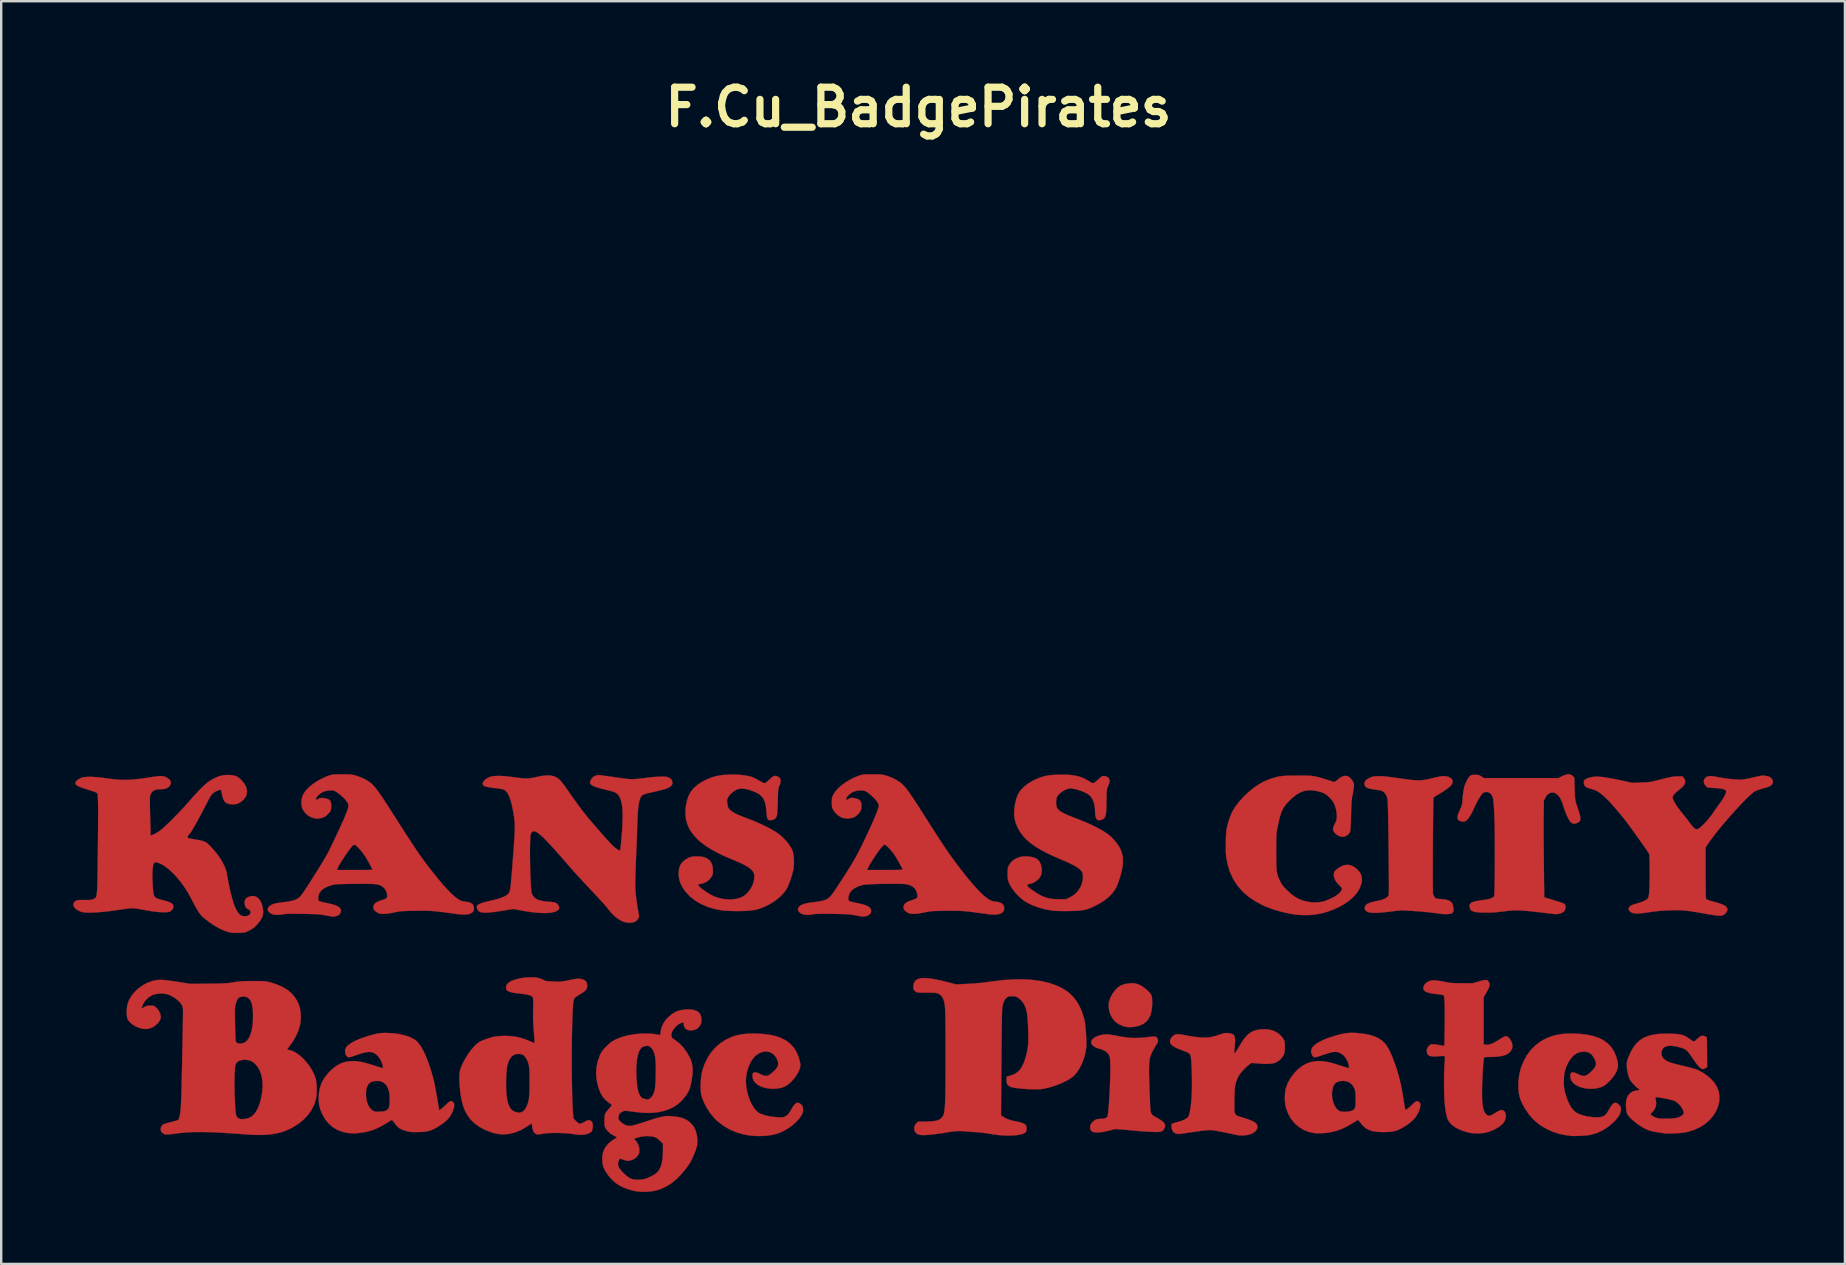
<source format=kicad_pcb>
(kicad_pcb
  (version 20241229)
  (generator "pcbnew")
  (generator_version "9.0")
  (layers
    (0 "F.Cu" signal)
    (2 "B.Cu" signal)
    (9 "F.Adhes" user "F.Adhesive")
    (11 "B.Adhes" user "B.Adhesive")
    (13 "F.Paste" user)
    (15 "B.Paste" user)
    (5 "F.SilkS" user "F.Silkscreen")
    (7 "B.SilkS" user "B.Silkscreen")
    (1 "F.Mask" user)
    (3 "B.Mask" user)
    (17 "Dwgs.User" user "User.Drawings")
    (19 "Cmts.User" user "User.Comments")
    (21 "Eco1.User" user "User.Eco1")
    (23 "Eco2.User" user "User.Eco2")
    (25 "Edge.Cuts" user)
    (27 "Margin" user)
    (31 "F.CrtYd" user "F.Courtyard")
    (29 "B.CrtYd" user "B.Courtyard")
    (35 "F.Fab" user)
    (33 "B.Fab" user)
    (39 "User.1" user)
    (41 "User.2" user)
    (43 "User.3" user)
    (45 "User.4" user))
  (footprint "F.Cu_BadgePirates"
    (layer "F.Cu")
    (at 35.227 1.418)
    (property "Reference" "F.Cu_BadgePirates" (at 0 0 0) (layer "F.SilkS") (effects (font (size 1.524 1.524) (thickness 0.3))))
    (attr through_hole)
    (fp_poly (pts (xy 9.029 36.515) (xy 9.18 36.561) (xy 9.335 36.645) (xy 9.481 36.754) (xy 9.576 36.84) (xy 9.644 36.909) (xy 9.689 36.969) (xy 9.716 37.029) (xy 9.732 37.099) (xy 9.74 37.167) (xy 9.745 37.31) (xy 9.739 37.464) (xy 9.722 37.615) (xy 9.697 37.749) (xy 9.672 37.834) (xy 9.596 37.989) (xy 9.496 38.113) (xy 9.367 38.209) (xy 9.205 38.281) (xy 9.186 38.287) (xy 8.98 38.333) (xy 8.773 38.342) (xy 8.669 38.332) (xy 8.522 38.294) (xy 8.375 38.23) (xy 8.246 38.148) (xy 8.185 38.095) (xy 8.084 37.967) (xy 8.005 37.816) (xy 7.952 37.651) (xy 7.928 37.483) (xy 7.936 37.323) (xy 7.947 37.272) (xy 8.005 37.106) (xy 8.09 36.947) (xy 8.195 36.804) (xy 8.314 36.686) (xy 8.424 36.61) (xy 8.526 36.568) (xy 8.654 36.535) (xy 8.792 36.514) (xy 8.923 36.506) (xy 9.029 36.515)) (stroke (width 0.01) (type solid)) (fill yes) (layer "F.Cu"))
    (fp_poly (pts (xy 7.891 38.644) (xy 7.965 38.651) (xy 8.056 38.665) (xy 8.173 38.685) (xy 8.32 38.713) (xy 8.393 38.727) (xy 8.734 38.778) (xy 9.062 38.794) (xy 9.391 38.776) (xy 9.52 38.76) (xy 9.663 38.741) (xy 9.771 38.731) (xy 9.848 38.732) (xy 9.901 38.744) (xy 9.936 38.768) (xy 9.958 38.806) (xy 9.969 38.837) (xy 9.982 38.884) (xy 9.987 38.919) (xy 9.981 38.953) (xy 9.962 38.995) (xy 9.928 39.056) (xy 9.887 39.124) (xy 9.829 39.22) (xy 9.779 39.307) (xy 9.737 39.387) (xy 9.702 39.463) (xy 9.673 39.541) (xy 9.65 39.624) (xy 9.633 39.716) (xy 9.621 39.82) (xy 9.614 39.94) (xy 9.611 40.081) (xy 9.612 40.246) (xy 9.616 40.439) (xy 9.622 40.663) (xy 9.631 40.923) (xy 9.64 41.144) (xy 9.647 41.35) (xy 9.653 41.519) (xy 9.659 41.655) (xy 9.667 41.761) (xy 9.678 41.844) (xy 9.694 41.908) (xy 9.716 41.956) (xy 9.746 41.994) (xy 9.784 42.026) (xy 9.833 42.057) (xy 9.894 42.091) (xy 9.955 42.126) (xy 10.089 42.207) (xy 10.186 42.279) (xy 10.249 42.345) (xy 10.28 42.41) (xy 10.281 42.477) (xy 10.257 42.55) (xy 10.25 42.564) (xy 10.218 42.618) (xy 10.18 42.657) (xy 10.13 42.684) (xy 10.062 42.701) (xy 9.968 42.709) (xy 9.844 42.709) (xy 9.721 42.706) (xy 9.573 42.699) (xy 9.411 42.689) (xy 9.251 42.677) (xy 9.112 42.665) (xy 9.086 42.662) (xy 8.944 42.648) (xy 8.781 42.632) (xy 8.619 42.618) (xy 8.498 42.608) (xy 8.2 42.586) (xy 7.947 42.652) (xy 7.761 42.695) (xy 7.595 42.722) (xy 7.452 42.732) (xy 7.337 42.725) (xy 7.256 42.702) (xy 7.245 42.695) (xy 7.184 42.635) (xy 7.155 42.557) (xy 7.158 42.471) (xy 7.191 42.381) (xy 7.252 42.297) (xy 7.34 42.225) (xy 7.353 42.217) (xy 7.414 42.187) (xy 7.475 42.171) (xy 7.555 42.164) (xy 7.597 42.164) (xy 7.726 42.154) (xy 7.817 42.125) (xy 7.871 42.077) (xy 7.883 42.049) (xy 7.896 41.982) (xy 7.909 41.879) (xy 7.923 41.744) (xy 7.936 41.584) (xy 7.949 41.404) (xy 7.961 41.209) (xy 7.971 41.006) (xy 7.981 40.799) (xy 7.989 40.595) (xy 7.995 40.398) (xy 7.999 40.216) (xy 8 40.052) (xy 7.998 39.913) (xy 7.998 39.899) (xy 7.993 39.772) (xy 7.987 39.679) (xy 7.979 39.612) (xy 7.967 39.561) (xy 7.95 39.519) (xy 7.944 39.508) (xy 7.891 39.427) (xy 7.822 39.362) (xy 7.731 39.309) (xy 7.609 39.262) (xy 7.507 39.233) (xy 7.39 39.191) (xy 7.296 39.134) (xy 7.23 39.066) (xy 7.199 38.995) (xy 7.197 38.973) (xy 7.217 38.897) (xy 7.274 38.825) (xy 7.363 38.76) (xy 7.477 38.707) (xy 7.613 38.667) (xy 7.706 38.652) (xy 7.768 38.645) (xy 7.828 38.642) (xy 7.891 38.644)) (stroke (width 0.01) (type solid)) (fill yes) (layer "F.Cu"))
    (fp_poly (pts (xy -6.526 38.619) (xy -6.223 38.654) (xy -5.954 38.712) (xy -5.717 38.795) (xy -5.512 38.902) (xy -5.338 39.036) (xy -5.194 39.195) (xy -5.078 39.382) (xy -4.99 39.596) (xy -4.931 39.821) (xy -4.92 39.894) (xy -4.919 39.955) (xy -4.932 40.022) (xy -4.951 40.086) (xy -5.006 40.221) (xy -5.091 40.362) (xy -5.196 40.501) (xy -5.314 40.629) (xy -5.437 40.736) (xy -5.558 40.813) (xy -5.578 40.823) (xy -5.726 40.873) (xy -5.899 40.903) (xy -6.082 40.911) (xy -6.264 40.897) (xy -6.334 40.884) (xy -6.515 40.833) (xy -6.665 40.763) (xy -6.782 40.677) (xy -6.864 40.577) (xy -6.908 40.465) (xy -6.914 40.342) (xy -6.911 40.321) (xy -6.897 40.266) (xy -6.871 40.239) (xy -6.827 40.226) (xy -6.773 40.224) (xy -6.709 40.241) (xy -6.633 40.276) (xy -6.518 40.331) (xy -6.43 40.364) (xy -6.36 40.376) (xy -6.301 40.37) (xy -6.257 40.354) (xy -6.182 40.308) (xy -6.094 40.239) (xy -6.006 40.157) (xy -5.93 40.074) (xy -5.902 40.039) (xy -5.855 39.951) (xy -5.842 39.859) (xy -5.862 39.755) (xy -5.911 39.642) (xy -5.995 39.519) (xy -6.097 39.43) (xy -6.214 39.376) (xy -6.34 39.355) (xy -6.472 39.367) (xy -6.603 39.411) (xy -6.731 39.487) (xy -6.85 39.595) (xy -6.955 39.733) (xy -6.981 39.776) (xy -7.067 39.957) (xy -7.134 40.161) (xy -7.177 40.371) (xy -7.191 40.563) (xy -7.182 40.763) (xy -7.152 40.965) (xy -7.104 41.164) (xy -7.04 41.354) (xy -6.962 41.528) (xy -6.872 41.682) (xy -6.773 41.809) (xy -6.666 41.904) (xy -6.587 41.948) (xy -6.378 42.02) (xy -6.141 42.07) (xy -5.895 42.094) (xy -5.784 42.099) (xy -5.705 42.099) (xy -5.65 42.095) (xy -5.607 42.085) (xy -5.568 42.069) (xy -5.556 42.063) (xy -5.492 42.026) (xy -5.439 41.981) (xy -5.389 41.919) (xy -5.334 41.833) (xy -5.293 41.762) (xy -5.213 41.632) (xy -5.138 41.543) (xy -5.068 41.495) (xy -5.026 41.487) (xy -4.977 41.502) (xy -4.917 41.54) (xy -4.897 41.557) (xy -4.85 41.605) (xy -4.825 41.652) (xy -4.813 41.715) (xy -4.81 41.748) (xy -4.807 41.831) (xy -4.821 41.9) (xy -4.854 41.978) (xy -4.854 41.979) (xy -4.944 42.122) (xy -5.068 42.266) (xy -5.22 42.406) (xy -5.392 42.534) (xy -5.578 42.647) (xy -5.769 42.739) (xy -5.898 42.785) (xy -6.088 42.832) (xy -6.306 42.863) (xy -6.542 42.878) (xy -6.783 42.877) (xy -7.006 42.86) (xy -7.313 42.805) (xy -7.608 42.716) (xy -7.887 42.593) (xy -8.144 42.44) (xy -8.375 42.26) (xy -8.513 42.123) (xy -8.676 41.925) (xy -8.818 41.711) (xy -8.933 41.49) (xy -9.018 41.272) (xy -9.052 41.14) (xy -9.071 41.008) (xy -9.079 40.848) (xy -9.076 40.672) (xy -9.063 40.493) (xy -9.041 40.322) (xy -9.011 40.172) (xy -9.01 40.17) (xy -8.916 39.885) (xy -8.789 39.623) (xy -8.633 39.386) (xy -8.448 39.176) (xy -8.238 38.997) (xy -8.004 38.85) (xy -7.75 38.738) (xy -7.614 38.695) (xy -7.452 38.656) (xy -7.289 38.63) (xy -7.115 38.614) (xy -6.914 38.608) (xy -6.865 38.608) (xy -6.526 38.619)) (stroke (width 0.01) (type solid)) (fill yes) (layer "F.Cu"))
    (fp_poly (pts (xy 27.547 38.619) (xy 27.851 38.653) (xy 28.121 38.71) (xy 28.358 38.791) (xy 28.564 38.896) (xy 28.738 39.026) (xy 28.882 39.182) (xy 28.998 39.365) (xy 29.085 39.574) (xy 29.127 39.723) (xy 29.153 39.852) (xy 29.159 39.957) (xy 29.144 40.055) (xy 29.106 40.16) (xy 29.07 40.238) (xy 29.002 40.35) (xy 28.911 40.47) (xy 28.805 40.587) (xy 28.695 40.692) (xy 28.589 40.774) (xy 28.539 40.804) (xy 28.394 40.862) (xy 28.224 40.898) (xy 28.039 40.912) (xy 27.852 40.902) (xy 27.744 40.884) (xy 27.563 40.833) (xy 27.413 40.762) (xy 27.297 40.675) (xy 27.216 40.574) (xy 27.173 40.459) (xy 27.168 40.334) (xy 27.171 40.316) (xy 27.195 40.253) (xy 27.243 40.223) (xy 27.317 40.226) (xy 27.416 40.261) (xy 27.445 40.275) (xy 27.569 40.334) (xy 27.668 40.367) (xy 27.751 40.374) (xy 27.828 40.354) (xy 27.908 40.305) (xy 28.001 40.226) (xy 28.028 40.2) (xy 28.129 40.098) (xy 28.197 40.01) (xy 28.233 39.93) (xy 28.24 39.85) (xy 28.221 39.762) (xy 28.195 39.697) (xy 28.121 39.559) (xy 28.034 39.461) (xy 27.931 39.397) (xy 27.806 39.366) (xy 27.728 39.362) (xy 27.567 39.382) (xy 27.42 39.441) (xy 27.287 39.541) (xy 27.167 39.681) (xy 27.074 39.834) (xy 26.997 40.001) (xy 26.944 40.163) (xy 26.912 40.332) (xy 26.899 40.523) (xy 26.898 40.598) (xy 26.9 40.731) (xy 26.907 40.838) (xy 26.921 40.935) (xy 26.944 41.037) (xy 26.951 41.065) (xy 27.026 41.31) (xy 27.114 41.52) (xy 27.212 41.692) (xy 27.321 41.825) (xy 27.386 41.882) (xy 27.486 41.941) (xy 27.619 41.994) (xy 27.775 42.038) (xy 27.944 42.072) (xy 28.118 42.093) (xy 28.287 42.098) (xy 28.338 42.097) (xy 28.456 42.084) (xy 28.549 42.055) (xy 28.625 42.003) (xy 28.694 41.923) (xy 28.763 41.808) (xy 28.768 41.799) (xy 28.848 41.663) (xy 28.92 41.567) (xy 28.985 41.508) (xy 29.045 41.487) (xy 29.051 41.487) (xy 29.108 41.504) (xy 29.171 41.548) (xy 29.227 41.608) (xy 29.266 41.672) (xy 29.277 41.712) (xy 29.274 41.823) (xy 29.25 41.926) (xy 29.202 42.027) (xy 29.126 42.134) (xy 29.019 42.253) (xy 28.98 42.292) (xy 28.758 42.485) (xy 28.522 42.64) (xy 28.274 42.755) (xy 28.016 42.83) (xy 28.014 42.83) (xy 27.932 42.843) (xy 27.821 42.855) (xy 27.694 42.865) (xy 27.559 42.872) (xy 27.429 42.876) (xy 27.313 42.878) (xy 27.223 42.875) (xy 27.189 42.871) (xy 27.137 42.864) (xy 27.059 42.853) (xy 26.97 42.841) (xy 26.956 42.839) (xy 26.709 42.789) (xy 26.454 42.706) (xy 26.205 42.595) (xy 25.971 42.462) (xy 25.847 42.375) (xy 25.634 42.191) (xy 25.444 41.977) (xy 25.277 41.73) (xy 25.177 41.548) (xy 25.107 41.396) (xy 25.058 41.256) (xy 25.027 41.112) (xy 25.009 40.947) (xy 25.005 40.894) (xy 25.007 40.595) (xy 25.045 40.305) (xy 25.116 40.027) (xy 25.221 39.764) (xy 25.355 39.521) (xy 25.517 39.301) (xy 25.706 39.108) (xy 25.92 38.945) (xy 26.076 38.854) (xy 26.283 38.76) (xy 26.49 38.69) (xy 26.707 38.643) (xy 26.943 38.616) (xy 27.208 38.608) (xy 27.547 38.619)) (stroke (width 0.01) (type solid)) (fill yes) (layer "F.Cu"))
    (fp_poly (pts (xy 22.011 27.888) (xy 22.121 27.921) (xy 22.203 27.972) (xy 22.252 28.037) (xy 22.268 28.113) (xy 22.246 28.197) (xy 22.201 28.264) (xy 22.147 28.319) (xy 22.062 28.387) (xy 21.955 28.464) (xy 21.833 28.545) (xy 21.704 28.625) (xy 21.627 28.668) (xy 21.557 28.709) (xy 21.503 28.744) (xy 21.473 28.766) (xy 21.472 28.769) (xy 21.468 28.795) (xy 21.465 28.859) (xy 21.462 28.959) (xy 21.459 29.09) (xy 21.456 29.249) (xy 21.453 29.432) (xy 21.45 29.636) (xy 21.448 29.857) (xy 21.445 30.092) (xy 21.443 30.336) (xy 21.441 30.587) (xy 21.44 30.84) (xy 21.438 31.093) (xy 21.437 31.341) (xy 21.437 31.58) (xy 21.436 31.808) (xy 21.436 32.021) (xy 21.436 32.214) (xy 21.437 32.385) (xy 21.438 32.53) (xy 21.44 32.645) (xy 21.442 32.726) (xy 21.445 32.771) (xy 21.446 32.775) (xy 21.476 32.863) (xy 21.519 32.931) (xy 21.524 32.936) (xy 21.553 32.962) (xy 21.586 32.979) (xy 21.631 32.99) (xy 21.7 32.998) (xy 21.799 33.005) (xy 21.96 33.022) (xy 22.083 33.053) (xy 22.173 33.097) (xy 22.234 33.158) (xy 22.236 33.161) (xy 22.258 33.21) (xy 22.28 33.284) (xy 22.294 33.351) (xy 22.305 33.455) (xy 22.296 33.527) (xy 22.265 33.575) (xy 22.208 33.605) (xy 22.189 33.611) (xy 22.109 33.625) (xy 22.002 33.63) (xy 21.882 33.628) (xy 21.765 33.619) (xy 21.706 33.61) (xy 21.561 33.588) (xy 21.381 33.566) (xy 21.174 33.544) (xy 20.948 33.523) (xy 20.71 33.505) (xy 20.578 33.496) (xy 20.424 33.486) (xy 20.304 33.48) (xy 20.206 33.476) (xy 20.121 33.476) (xy 20.041 33.48) (xy 19.954 33.488) (xy 19.852 33.5) (xy 19.725 33.517) (xy 19.7 33.52) (xy 19.439 33.552) (xy 19.215 33.571) (xy 19.028 33.579) (xy 18.88 33.574) (xy 18.772 33.556) (xy 18.722 33.539) (xy 18.641 33.483) (xy 18.602 33.418) (xy 18.603 33.341) (xy 18.614 33.308) (xy 18.652 33.249) (xy 18.718 33.199) (xy 18.814 33.156) (xy 18.944 33.117) (xy 19.103 33.083) (xy 19.259 33.05) (xy 19.379 33.014) (xy 19.469 32.972) (xy 19.535 32.922) (xy 19.567 32.886) (xy 19.575 32.877) (xy 19.582 32.87) (xy 19.588 32.862) (xy 19.593 32.852) (xy 19.598 32.837) (xy 19.601 32.813) (xy 19.604 32.78) (xy 19.607 32.733) (xy 19.608 32.672) (xy 19.609 32.593) (xy 19.609 32.493) (xy 19.609 32.371) (xy 19.608 32.223) (xy 19.607 32.048) (xy 19.605 31.843) (xy 19.603 31.604) (xy 19.6 31.331) (xy 19.597 31.02) (xy 19.594 30.723) (xy 19.591 30.438) (xy 19.588 30.166) (xy 19.584 29.911) (xy 19.58 29.677) (xy 19.576 29.466) (xy 19.572 29.281) (xy 19.568 29.126) (xy 19.563 29.003) (xy 19.559 28.917) (xy 19.556 28.869) (xy 19.555 28.868) (xy 19.519 28.727) (xy 19.46 28.613) (xy 19.381 28.53) (xy 19.333 28.501) (xy 19.277 28.482) (xy 19.191 28.463) (xy 19.088 28.445) (xy 19.013 28.435) (xy 18.868 28.414) (xy 18.76 28.39) (xy 18.684 28.359) (xy 18.634 28.318) (xy 18.604 28.265) (xy 18.593 28.225) (xy 18.593 28.145) (xy 18.626 28.074) (xy 18.696 28.011) (xy 18.787 27.959) (xy 18.856 27.927) (xy 18.915 27.906) (xy 18.979 27.893) (xy 19.061 27.886) (xy 19.152 27.882) (xy 19.229 27.88) (xy 19.307 27.881) (xy 19.394 27.887) (xy 19.495 27.896) (xy 19.618 27.911) (xy 19.768 27.931) (xy 19.953 27.957) (xy 19.992 27.963) (xy 20.221 27.996) (xy 20.414 28.021) (xy 20.578 28.039) (xy 20.719 28.05) (xy 20.843 28.054) (xy 20.956 28.05) (xy 21.065 28.039) (xy 21.175 28.021) (xy 21.293 27.996) (xy 21.419 27.965) (xy 21.543 27.935) (xy 21.662 27.909) (xy 21.765 27.89) (xy 21.843 27.879) (xy 21.874 27.877) (xy 22.011 27.888)) (stroke (width 0.01) (type solid)) (fill yes) (layer "F.Cu"))
    (fp_poly (pts (xy 23.701 36.383) (xy 23.737 36.407) (xy 23.76 36.437) (xy 23.793 36.496) (xy 23.808 36.553) (xy 23.803 36.616) (xy 23.777 36.694) (xy 23.73 36.792) (xy 23.688 36.869) (xy 23.558 37.102) (xy 23.558 39.052) (xy 23.613 39.065) (xy 23.691 39.077) (xy 23.773 39.07) (xy 23.866 39.044) (xy 23.975 38.995) (xy 24.104 38.924) (xy 24.26 38.826) (xy 24.268 38.821) (xy 24.367 38.76) (xy 24.443 38.725) (xy 24.502 38.717) (xy 24.554 38.735) (xy 24.606 38.779) (xy 24.633 38.809) (xy 24.702 38.911) (xy 24.745 39.026) (xy 24.759 39.141) (xy 24.744 39.231) (xy 24.692 39.336) (xy 24.61 39.422) (xy 24.497 39.488) (xy 24.351 39.537) (xy 24.17 39.567) (xy 23.952 39.581) (xy 23.869 39.582) (xy 23.753 39.583) (xy 23.673 39.586) (xy 23.621 39.593) (xy 23.591 39.604) (xy 23.579 39.614) (xy 23.569 39.646) (xy 23.558 39.715) (xy 23.548 39.815) (xy 23.537 39.941) (xy 23.526 40.088) (xy 23.516 40.251) (xy 23.508 40.423) (xy 23.5 40.6) (xy 23.494 40.776) (xy 23.491 40.946) (xy 23.489 41.074) (xy 23.493 41.317) (xy 23.508 41.522) (xy 23.532 41.689) (xy 23.568 41.821) (xy 23.616 41.92) (xy 23.675 41.988) (xy 23.694 42.002) (xy 23.752 42.03) (xy 23.812 42.032) (xy 23.883 42.008) (xy 23.974 41.956) (xy 23.979 41.953) (xy 24.1 41.877) (xy 24.193 41.827) (xy 24.265 41.8) (xy 24.323 41.795) (xy 24.371 41.811) (xy 24.417 41.848) (xy 24.43 41.861) (xy 24.468 41.929) (xy 24.483 42.022) (xy 24.475 42.125) (xy 24.444 42.228) (xy 24.42 42.275) (xy 24.34 42.377) (xy 24.225 42.476) (xy 24.079 42.568) (xy 23.91 42.651) (xy 23.738 42.714) (xy 23.581 42.75) (xy 23.399 42.769) (xy 23.21 42.77) (xy 23.028 42.753) (xy 22.945 42.738) (xy 22.725 42.677) (xy 22.529 42.6) (xy 22.359 42.507) (xy 22.221 42.402) (xy 22.119 42.287) (xy 22.076 42.216) (xy 22.038 42.116) (xy 22.003 41.982) (xy 21.972 41.822) (xy 21.947 41.645) (xy 21.929 41.458) (xy 21.927 41.434) (xy 21.919 41.275) (xy 21.913 41.089) (xy 21.909 40.886) (xy 21.908 40.674) (xy 21.909 40.463) (xy 21.912 40.262) (xy 21.918 40.08) (xy 21.925 39.925) (xy 21.931 39.85) (xy 21.941 39.725) (xy 21.944 39.637) (xy 21.941 39.583) (xy 21.933 39.556) (xy 21.932 39.555) (xy 21.904 39.545) (xy 21.848 39.542) (xy 21.757 39.548) (xy 21.696 39.553) (xy 21.532 39.565) (xy 21.404 39.56) (xy 21.309 39.539) (xy 21.244 39.499) (xy 21.205 39.438) (xy 21.189 39.356) (xy 21.188 39.327) (xy 21.192 39.258) (xy 21.211 39.206) (xy 21.251 39.152) (xy 21.264 39.137) (xy 21.313 39.087) (xy 21.355 39.062) (xy 21.407 39.053) (xy 21.45 39.053) (xy 21.53 39.057) (xy 21.607 39.066) (xy 21.632 39.072) (xy 21.699 39.086) (xy 21.782 39.099) (xy 21.814 39.104) (xy 21.922 39.117) (xy 21.934 38.328) (xy 21.937 38.033) (xy 21.938 37.773) (xy 21.936 37.55) (xy 21.931 37.364) (xy 21.924 37.216) (xy 21.914 37.108) (xy 21.902 37.04) (xy 21.891 37.016) (xy 21.86 37.004) (xy 21.799 36.99) (xy 21.718 36.978) (xy 21.681 36.973) (xy 21.489 36.95) (xy 21.336 36.924) (xy 21.219 36.894) (xy 21.134 36.859) (xy 21.079 36.817) (xy 21.05 36.767) (xy 21.044 36.706) (xy 21.048 36.674) (xy 21.087 36.577) (xy 21.159 36.493) (xy 21.257 36.433) (xy 21.299 36.417) (xy 21.369 36.4) (xy 21.438 36.39) (xy 21.515 36.389) (xy 21.606 36.396) (xy 21.72 36.413) (xy 21.865 36.44) (xy 21.911 36.449) (xy 22.027 36.471) (xy 22.124 36.488) (xy 22.213 36.499) (xy 22.304 36.506) (xy 22.408 36.51) (xy 22.535 36.512) (xy 22.663 36.513) (xy 23.094 36.513) (xy 23.358 36.436) (xy 23.487 36.401) (xy 23.583 36.38) (xy 23.652 36.375) (xy 23.701 36.383)) (stroke (width 0.01) (type solid)) (fill yes) (layer "F.Cu"))
    (fp_poly (pts (xy 31.368 38.614) (xy 31.543 38.622) (xy 31.684 38.636) (xy 31.8 38.657) (xy 31.899 38.688) (xy 31.989 38.732) (xy 32.08 38.789) (xy 32.112 38.812) (xy 32.2 38.877) (xy 32.263 38.917) (xy 32.31 38.933) (xy 32.349 38.926) (xy 32.391 38.897) (xy 32.442 38.846) (xy 32.454 38.834) (xy 32.546 38.752) (xy 32.628 38.707) (xy 32.703 38.697) (xy 32.779 38.722) (xy 32.792 38.729) (xy 32.861 38.769) (xy 32.867 39.387) (xy 32.872 40.005) (xy 32.803 40.047) (xy 32.745 40.076) (xy 32.692 40.089) (xy 32.687 40.09) (xy 32.637 40.075) (xy 32.576 40.03) (xy 32.502 39.953) (xy 32.413 39.843) (xy 32.308 39.696) (xy 32.26 39.627) (xy 32.176 39.503) (xy 32.107 39.409) (xy 32.047 39.339) (xy 31.988 39.288) (xy 31.923 39.249) (xy 31.845 39.218) (xy 31.748 39.188) (xy 31.686 39.171) (xy 31.496 39.129) (xy 31.333 39.116) (xy 31.199 39.131) (xy 31.094 39.173) (xy 31.02 39.243) (xy 30.978 39.339) (xy 30.967 39.437) (xy 30.985 39.545) (xy 31.041 39.639) (xy 31.134 39.719) (xy 31.268 39.788) (xy 31.337 39.815) (xy 31.397 39.833) (xy 31.489 39.858) (xy 31.606 39.889) (xy 31.738 39.922) (xy 31.877 39.956) (xy 31.904 39.962) (xy 32.044 39.997) (xy 32.179 40.032) (xy 32.301 40.067) (xy 32.399 40.097) (xy 32.467 40.121) (xy 32.475 40.124) (xy 32.676 40.228) (xy 32.862 40.354) (xy 33.028 40.497) (xy 33.166 40.65) (xy 33.269 40.808) (xy 33.282 40.833) (xy 33.353 41.025) (xy 33.384 41.224) (xy 33.377 41.428) (xy 33.331 41.632) (xy 33.248 41.833) (xy 33.128 42.027) (xy 32.972 42.21) (xy 32.955 42.227) (xy 32.769 42.387) (xy 32.56 42.518) (xy 32.323 42.624) (xy 32.055 42.705) (xy 32.005 42.717) (xy 31.919 42.732) (xy 31.803 42.745) (xy 31.668 42.757) (xy 31.525 42.765) (xy 31.385 42.771) (xy 31.258 42.773) (xy 31.155 42.77) (xy 31.104 42.766) (xy 30.913 42.738) (xy 30.756 42.713) (xy 30.628 42.69) (xy 30.523 42.665) (xy 30.432 42.637) (xy 30.35 42.605) (xy 30.269 42.565) (xy 30.184 42.517) (xy 30.141 42.492) (xy 30.011 42.407) (xy 29.884 42.313) (xy 29.767 42.216) (xy 29.666 42.121) (xy 29.59 42.034) (xy 29.548 41.972) (xy 30.502 41.972) (xy 30.571 42.024) (xy 30.647 42.075) (xy 30.729 42.112) (xy 30.825 42.137) (xy 30.941 42.151) (xy 31.086 42.156) (xy 31.231 42.155) (xy 31.401 42.147) (xy 31.534 42.134) (xy 31.627 42.116) (xy 31.635 42.114) (xy 31.75 42.068) (xy 31.835 42.016) (xy 31.884 41.959) (xy 31.894 41.926) (xy 31.885 41.845) (xy 31.846 41.751) (xy 31.783 41.653) (xy 31.702 41.559) (xy 31.61 41.476) (xy 31.512 41.415) (xy 31.509 41.413) (xy 31.46 41.395) (xy 31.383 41.374) (xy 31.285 41.351) (xy 31.176 41.327) (xy 31.063 41.305) (xy 30.954 41.285) (xy 30.857 41.27) (xy 30.78 41.261) (xy 30.731 41.259) (xy 30.719 41.262) (xy 30.717 41.287) (xy 30.725 41.339) (xy 30.734 41.381) (xy 30.751 41.528) (xy 30.727 41.665) (xy 30.663 41.793) (xy 30.584 41.888) (xy 30.502 41.972) (xy 29.548 41.972) (xy 29.547 41.971) (xy 29.519 41.889) (xy 29.5 41.778) (xy 29.489 41.652) (xy 29.489 41.523) (xy 29.5 41.405) (xy 29.516 41.328) (xy 29.574 41.197) (xy 29.66 41.094) (xy 29.771 41.021) (xy 29.9 40.983) (xy 29.965 40.979) (xy 30.024 40.972) (xy 30.044 40.952) (xy 30.024 40.922) (xy 30.004 40.907) (xy 29.949 40.863) (xy 29.88 40.798) (xy 29.805 40.721) (xy 29.736 40.643) (xy 29.681 40.574) (xy 29.654 40.532) (xy 29.615 40.437) (xy 29.578 40.314) (xy 29.548 40.179) (xy 29.528 40.047) (xy 29.52 39.941) (xy 29.522 39.859) (xy 29.53 39.788) (xy 29.549 39.715) (xy 29.582 39.624) (xy 29.598 39.582) (xy 29.696 39.362) (xy 29.805 39.174) (xy 29.928 39.016) (xy 30.067 38.887) (xy 30.227 38.785) (xy 30.41 38.708) (xy 30.621 38.655) (xy 30.861 38.623) (xy 31.134 38.611) (xy 31.368 38.614)) (stroke (width 0.01) (type solid)) (fill yes) (layer "F.Cu"))
    (fp_poly (pts (xy 18.186 38.58) (xy 18.283 38.586) (xy 18.557 38.617) (xy 18.795 38.663) (xy 18.999 38.725) (xy 19.173 38.803) (xy 19.32 38.901) (xy 19.442 39.018) (xy 19.474 39.056) (xy 19.552 39.171) (xy 19.634 39.322) (xy 19.719 39.504) (xy 19.803 39.713) (xy 19.885 39.943) (xy 19.886 39.946) (xy 19.956 40.164) (xy 20.016 40.364) (xy 20.067 40.559) (xy 20.112 40.759) (xy 20.154 40.975) (xy 20.196 41.22) (xy 20.206 41.284) (xy 20.229 41.422) (xy 20.249 41.546) (xy 20.266 41.649) (xy 20.28 41.726) (xy 20.288 41.771) (xy 20.29 41.78) (xy 20.318 41.783) (xy 20.368 41.755) (xy 20.439 41.701) (xy 20.526 41.621) (xy 20.558 41.59) (xy 20.644 41.507) (xy 20.709 41.454) (xy 20.761 41.428) (xy 20.806 41.426) (xy 20.85 41.446) (xy 20.863 41.454) (xy 20.909 41.511) (xy 20.923 41.596) (xy 20.906 41.708) (xy 20.858 41.847) (xy 20.824 41.922) (xy 20.74 42.065) (xy 20.627 42.2) (xy 20.482 42.33) (xy 20.301 42.457) (xy 20.087 42.581) (xy 19.985 42.63) (xy 19.877 42.666) (xy 19.757 42.691) (xy 19.615 42.706) (xy 19.444 42.713) (xy 19.339 42.714) (xy 19.115 42.705) (xy 18.926 42.674) (xy 18.767 42.622) (xy 18.635 42.548) (xy 18.528 42.449) (xy 18.519 42.439) (xy 18.462 42.371) (xy 18.407 42.306) (xy 18.372 42.265) (xy 18.319 42.203) (xy 18.109 42.335) (xy 17.87 42.474) (xy 17.643 42.583) (xy 17.419 42.663) (xy 17.189 42.721) (xy 17.187 42.721) (xy 17.027 42.746) (xy 16.853 42.761) (xy 16.683 42.766) (xy 16.533 42.759) (xy 16.506 42.756) (xy 16.269 42.708) (xy 16.051 42.622) (xy 15.854 42.501) (xy 15.68 42.348) (xy 15.532 42.164) (xy 15.411 41.951) (xy 15.321 41.712) (xy 15.311 41.677) (xy 15.288 41.558) (xy 15.275 41.412) (xy 15.272 41.254) (xy 15.278 41.139) (xy 17.235 41.139) (xy 17.248 41.305) (xy 17.286 41.466) (xy 17.325 41.567) (xy 17.385 41.679) (xy 17.451 41.762) (xy 17.533 41.827) (xy 17.537 41.829) (xy 17.598 41.852) (xy 17.689 41.864) (xy 17.795 41.866) (xy 17.905 41.858) (xy 18.005 41.841) (xy 18.084 41.815) (xy 18.087 41.814) (xy 18.136 41.784) (xy 18.172 41.746) (xy 18.198 41.694) (xy 18.213 41.621) (xy 18.221 41.522) (xy 18.222 41.39) (xy 18.22 41.296) (xy 18.217 41.17) (xy 18.211 41.076) (xy 18.203 41.007) (xy 18.191 40.953) (xy 18.174 40.905) (xy 18.165 40.883) (xy 18.086 40.753) (xy 17.987 40.659) (xy 17.866 40.602) (xy 17.723 40.58) (xy 17.64 40.583) (xy 17.514 40.605) (xy 17.42 40.643) (xy 17.353 40.703) (xy 17.34 40.719) (xy 17.281 40.837) (xy 17.246 40.98) (xy 17.235 41.139) (xy 15.278 41.139) (xy 15.279 41.1) (xy 15.296 40.963) (xy 15.312 40.894) (xy 15.396 40.665) (xy 15.52 40.445) (xy 15.678 40.24) (xy 15.816 40.1) (xy 15.997 39.958) (xy 16.182 39.855) (xy 16.379 39.789) (xy 16.592 39.757) (xy 16.597 39.757) (xy 16.727 39.753) (xy 16.858 39.761) (xy 16.998 39.781) (xy 17.154 39.815) (xy 17.333 39.863) (xy 17.525 39.922) (xy 17.647 39.961) (xy 17.756 39.995) (xy 17.844 40.022) (xy 17.906 40.04) (xy 17.935 40.047) (xy 17.935 40.047) (xy 17.947 40.029) (xy 17.946 39.982) (xy 17.934 39.915) (xy 17.913 39.839) (xy 17.885 39.765) (xy 17.876 39.745) (xy 17.794 39.604) (xy 17.697 39.498) (xy 17.585 39.425) (xy 17.514 39.394) (xy 17.443 39.375) (xy 17.368 39.37) (xy 17.28 39.378) (xy 17.173 39.401) (xy 17.041 39.44) (xy 16.885 39.491) (xy 16.756 39.534) (xy 16.662 39.565) (xy 16.594 39.584) (xy 16.547 39.594) (xy 16.515 39.595) (xy 16.49 39.59) (xy 16.471 39.58) (xy 16.421 39.531) (xy 16.385 39.454) (xy 16.368 39.364) (xy 16.372 39.29) (xy 16.409 39.201) (xy 16.485 39.111) (xy 16.599 39.021) (xy 16.748 38.934) (xy 16.93 38.849) (xy 17.141 38.771) (xy 17.15 38.768) (xy 17.369 38.698) (xy 17.558 38.645) (xy 17.725 38.609) (xy 17.881 38.587) (xy 18.031 38.577) (xy 18.186 38.58)) (stroke (width 0.01) (type solid)) (fill yes) (layer "F.Cu"))
    (fp_poly (pts (xy 14.668 38.451) (xy 14.848 38.511) (xy 15.004 38.603) (xy 15.135 38.726) (xy 15.215 38.84) (xy 15.24 38.886) (xy 15.257 38.929) (xy 15.266 38.98) (xy 15.271 39.05) (xy 15.272 39.149) (xy 15.272 39.169) (xy 15.268 39.302) (xy 15.254 39.406) (xy 15.226 39.491) (xy 15.18 39.57) (xy 15.111 39.654) (xy 15.103 39.663) (xy 15.022 39.739) (xy 14.932 39.797) (xy 14.827 39.838) (xy 14.701 39.863) (xy 14.549 39.873) (xy 14.367 39.869) (xy 14.193 39.857) (xy 13.885 39.83) (xy 13.805 39.886) (xy 13.72 39.953) (xy 13.623 40.042) (xy 13.527 40.142) (xy 13.44 40.241) (xy 13.373 40.33) (xy 13.358 40.353) (xy 13.315 40.435) (xy 13.272 40.537) (xy 13.235 40.638) (xy 13.232 40.647) (xy 13.216 40.704) (xy 13.203 40.756) (xy 13.193 40.812) (xy 13.186 40.877) (xy 13.181 40.957) (xy 13.177 41.061) (xy 13.174 41.194) (xy 13.172 41.349) (xy 13.169 41.532) (xy 13.167 41.677) (xy 13.17 41.791) (xy 13.179 41.877) (xy 13.197 41.941) (xy 13.227 41.988) (xy 13.27 42.023) (xy 13.329 42.051) (xy 13.407 42.077) (xy 13.505 42.107) (xy 13.536 42.116) (xy 13.713 42.172) (xy 13.852 42.224) (xy 13.958 42.272) (xy 14.035 42.319) (xy 14.086 42.367) (xy 14.103 42.392) (xy 14.133 42.478) (xy 14.123 42.562) (xy 14.08 42.642) (xy 14.006 42.713) (xy 13.905 42.774) (xy 13.782 42.819) (xy 13.64 42.846) (xy 13.568 42.852) (xy 13.48 42.854) (xy 13.401 42.853) (xy 13.347 42.849) (xy 13.346 42.849) (xy 13.307 42.841) (xy 13.234 42.827) (xy 13.133 42.806) (xy 13.011 42.78) (xy 12.874 42.752) (xy 12.79 42.734) (xy 12.618 42.699) (xy 12.463 42.67) (xy 12.331 42.648) (xy 12.23 42.634) (xy 12.166 42.63) (xy 12.074 42.634) (xy 11.944 42.646) (xy 11.779 42.665) (xy 11.582 42.691) (xy 11.355 42.724) (xy 11.132 42.758) (xy 11.009 42.776) (xy 10.92 42.788) (xy 10.855 42.793) (xy 10.806 42.792) (xy 10.765 42.785) (xy 10.731 42.776) (xy 10.649 42.733) (xy 10.592 42.665) (xy 10.558 42.565) (xy 10.548 42.497) (xy 10.543 42.444) (xy 10.548 42.405) (xy 10.567 42.376) (xy 10.606 42.352) (xy 10.672 42.329) (xy 10.77 42.303) (xy 10.821 42.29) (xy 10.967 42.245) (xy 11.093 42.191) (xy 11.191 42.132) (xy 11.236 42.092) (xy 11.266 42.039) (xy 11.295 41.947) (xy 11.322 41.821) (xy 11.346 41.667) (xy 11.367 41.487) (xy 11.384 41.287) (xy 11.388 41.222) (xy 11.395 41.075) (xy 11.399 40.909) (xy 11.401 40.731) (xy 11.4 40.546) (xy 11.398 40.359) (xy 11.393 40.178) (xy 11.387 40.006) (xy 11.379 39.851) (xy 11.369 39.717) (xy 11.358 39.611) (xy 11.347 39.539) (xy 11.339 39.514) (xy 11.32 39.476) (xy 11.296 39.445) (xy 11.258 39.416) (xy 11.202 39.387) (xy 11.12 39.353) (xy 11.006 39.31) (xy 10.975 39.298) (xy 10.805 39.232) (xy 10.675 39.169) (xy 10.58 39.107) (xy 10.519 39.045) (xy 10.488 38.979) (xy 10.485 38.907) (xy 10.487 38.891) (xy 10.521 38.808) (xy 10.582 38.73) (xy 10.659 38.669) (xy 10.703 38.649) (xy 10.751 38.638) (xy 10.81 38.635) (xy 10.887 38.639) (xy 10.987 38.653) (xy 11.117 38.676) (xy 11.271 38.706) (xy 11.403 38.729) (xy 11.556 38.749) (xy 11.705 38.765) (xy 11.791 38.771) (xy 11.949 38.774) (xy 12.089 38.767) (xy 12.224 38.747) (xy 12.367 38.712) (xy 12.533 38.659) (xy 12.562 38.649) (xy 12.681 38.611) (xy 12.776 38.59) (xy 12.86 38.584) (xy 12.948 38.592) (xy 12.975 38.596) (xy 13.059 38.616) (xy 13.12 38.646) (xy 13.162 38.693) (xy 13.187 38.762) (xy 13.197 38.858) (xy 13.194 38.986) (xy 13.187 39.087) (xy 13.177 39.217) (xy 13.17 39.31) (xy 13.167 39.372) (xy 13.168 39.408) (xy 13.173 39.423) (xy 13.183 39.423) (xy 13.195 39.414) (xy 13.216 39.388) (xy 13.253 39.332) (xy 13.302 39.254) (xy 13.359 39.161) (xy 13.384 39.118) (xy 13.501 38.93) (xy 13.611 38.779) (xy 13.719 38.661) (xy 13.831 38.572) (xy 13.951 38.507) (xy 14.085 38.463) (xy 14.237 38.436) (xy 14.25 38.434) (xy 14.468 38.425) (xy 14.668 38.451)) (stroke (width 0.01) (type solid)) (fill yes) (layer "F.Cu"))
    (fp_poly (pts (xy -22.182 38.581) (xy -21.902 38.594) (xy -21.641 38.628) (xy -21.404 38.682) (xy -21.195 38.755) (xy -21.019 38.845) (xy -20.932 38.906) (xy -20.841 38.997) (xy -20.748 39.125) (xy -20.653 39.289) (xy -20.558 39.484) (xy -20.465 39.707) (xy -20.376 39.953) (xy -20.291 40.22) (xy -20.213 40.504) (xy -20.195 40.577) (xy -20.179 40.65) (xy -20.158 40.751) (xy -20.135 40.874) (xy -20.109 41.011) (xy -20.083 41.155) (xy -20.057 41.301) (xy -20.033 41.439) (xy -20.013 41.564) (xy -19.996 41.669) (xy -19.985 41.746) (xy -19.981 41.789) (xy -19.981 41.789) (xy -19.967 41.797) (xy -19.929 41.778) (xy -19.871 41.737) (xy -19.8 41.677) (xy -19.719 41.601) (xy -19.701 41.583) (xy -19.613 41.499) (xy -19.543 41.446) (xy -19.488 41.424) (xy -19.44 41.429) (xy -19.395 41.46) (xy -19.386 41.468) (xy -19.354 41.53) (xy -19.348 41.619) (xy -19.369 41.733) (xy -19.417 41.865) (xy -19.442 41.921) (xy -19.521 42.06) (xy -19.62 42.183) (xy -19.744 42.298) (xy -19.903 42.413) (xy -19.921 42.425) (xy -20.071 42.519) (xy -20.202 42.591) (xy -20.324 42.643) (xy -20.447 42.678) (xy -20.581 42.7) (xy -20.736 42.711) (xy -20.922 42.714) (xy -20.932 42.714) (xy -21.055 42.713) (xy -21.15 42.709) (xy -21.227 42.699) (xy -21.301 42.683) (xy -21.383 42.659) (xy -21.5 42.62) (xy -21.589 42.58) (xy -21.659 42.534) (xy -21.724 42.472) (xy -21.796 42.386) (xy -21.811 42.365) (xy -21.865 42.297) (xy -21.909 42.243) (xy -21.937 42.211) (xy -21.943 42.206) (xy -21.964 42.217) (xy -22.013 42.246) (xy -22.083 42.288) (xy -22.158 42.335) (xy -22.345 42.446) (xy -22.514 42.534) (xy -22.678 42.605) (xy -22.78 42.642) (xy -22.976 42.697) (xy -23.19 42.737) (xy -23.406 42.761) (xy -23.611 42.766) (xy -23.756 42.756) (xy -23.998 42.707) (xy -24.219 42.622) (xy -24.416 42.502) (xy -24.589 42.348) (xy -24.737 42.162) (xy -24.857 41.943) (xy -24.92 41.787) (xy -24.951 41.691) (xy -24.971 41.604) (xy -24.984 41.512) (xy -24.992 41.398) (xy -24.993 41.356) (xy -24.987 41.104) (xy -24.987 41.104) (xy -23.026 41.104) (xy -23.024 41.2) (xy -22.999 41.393) (xy -22.948 41.559) (xy -22.873 41.694) (xy -22.774 41.796) (xy -22.737 41.821) (xy -22.696 41.844) (xy -22.654 41.858) (xy -22.601 41.864) (xy -22.524 41.865) (xy -22.458 41.863) (xy -22.352 41.857) (xy -22.276 41.847) (xy -22.217 41.83) (xy -22.17 41.807) (xy -22.114 41.77) (xy -22.083 41.728) (xy -22.062 41.664) (xy -22.059 41.652) (xy -22.044 41.556) (xy -22.037 41.433) (xy -22.036 41.299) (xy -22.043 41.169) (xy -22.055 41.057) (xy -22.063 41.019) (xy -22.114 40.864) (xy -22.188 40.743) (xy -22.285 40.656) (xy -22.408 40.6) (xy -22.424 40.595) (xy -22.513 40.583) (xy -22.619 40.584) (xy -22.723 40.599) (xy -22.807 40.624) (xy -22.816 40.629) (xy -22.906 40.698) (xy -22.971 40.802) (xy -23.011 40.937) (xy -23.026 41.104) (xy -24.987 41.104) (xy -24.947 40.874) (xy -24.872 40.661) (xy -24.758 40.459) (xy -24.604 40.264) (xy -24.561 40.217) (xy -24.394 40.057) (xy -24.23 39.935) (xy -24.064 39.847) (xy -23.888 39.79) (xy -23.696 39.76) (xy -23.654 39.757) (xy -23.522 39.755) (xy -23.387 39.764) (xy -23.241 39.787) (xy -23.077 39.824) (xy -22.887 39.876) (xy -22.711 39.931) (xy -22.593 39.968) (xy -22.489 40.001) (xy -22.405 40.026) (xy -22.348 40.042) (xy -22.326 40.047) (xy -22.315 40.029) (xy -22.318 39.979) (xy -22.32 39.97) (xy -22.373 39.789) (xy -22.462 39.628) (xy -22.524 39.551) (xy -22.608 39.471) (xy -22.694 39.414) (xy -22.787 39.382) (xy -22.894 39.372) (xy -23.019 39.386) (xy -23.17 39.422) (xy -23.35 39.48) (xy -23.368 39.486) (xy -23.5 39.532) (xy -23.598 39.565) (xy -23.669 39.585) (xy -23.72 39.595) (xy -23.756 39.594) (xy -23.784 39.584) (xy -23.811 39.566) (xy -23.817 39.562) (xy -23.862 39.502) (xy -23.889 39.417) (xy -23.895 39.32) (xy -23.887 39.266) (xy -23.848 39.18) (xy -23.767 39.094) (xy -23.648 39.006) (xy -23.491 38.92) (xy -23.298 38.835) (xy -23.07 38.753) (xy -23.055 38.748) (xy -22.871 38.69) (xy -22.717 38.647) (xy -22.584 38.616) (xy -22.462 38.596) (xy -22.343 38.585) (xy -22.217 38.581) (xy -22.182 38.581)) (stroke (width 0.01) (type solid)) (fill yes) (layer "F.Cu"))
    (fp_poly (pts (xy 27.151 27.801) (xy 27.224 27.835) (xy 27.271 27.875) (xy 27.337 27.941) (xy 27.35 28.39) (xy 27.355 28.545) (xy 27.36 28.667) (xy 27.365 28.762) (xy 27.374 28.84) (xy 27.385 28.909) (xy 27.402 28.977) (xy 27.425 29.052) (xy 27.455 29.142) (xy 27.474 29.199) (xy 27.528 29.363) (xy 27.566 29.492) (xy 27.587 29.592) (xy 27.591 29.669) (xy 27.58 29.726) (xy 27.552 29.77) (xy 27.507 29.805) (xy 27.476 29.823) (xy 27.376 29.86) (xy 27.29 29.859) (xy 27.212 29.82) (xy 27.2 29.811) (xy 27.148 29.75) (xy 27.089 29.653) (xy 27.028 29.527) (xy 26.966 29.377) (xy 26.907 29.208) (xy 26.891 29.157) (xy 26.842 29.006) (xy 26.795 28.888) (xy 26.748 28.796) (xy 26.695 28.721) (xy 26.633 28.657) (xy 26.628 28.652) (xy 26.534 28.585) (xy 26.442 28.559) (xy 26.346 28.574) (xy 26.29 28.598) (xy 26.227 28.639) (xy 26.179 28.692) (xy 26.133 28.77) (xy 26.131 28.775) (xy 26.067 28.9) (xy 26.059 29.558) (xy 26.058 29.701) (xy 26.058 29.881) (xy 26.058 30.091) (xy 26.058 30.324) (xy 26.059 30.575) (xy 26.061 30.836) (xy 26.063 31.103) (xy 26.065 31.368) (xy 26.067 31.572) (xy 26.082 32.928) (xy 26.487 33.052) (xy 26.613 33.091) (xy 26.727 33.128) (xy 26.821 33.161) (xy 26.89 33.187) (xy 26.925 33.203) (xy 26.927 33.205) (xy 26.965 33.263) (xy 26.975 33.339) (xy 26.958 33.422) (xy 26.916 33.501) (xy 26.886 33.534) (xy 26.806 33.585) (xy 26.714 33.612) (xy 26.652 33.623) (xy 26.601 33.629) (xy 26.55 33.629) (xy 26.484 33.624) (xy 26.391 33.614) (xy 26.374 33.612) (xy 26.094 33.578) (xy 25.851 33.55) (xy 25.642 33.526) (xy 25.462 33.507) (xy 25.306 33.493) (xy 25.171 33.482) (xy 25.051 33.476) (xy 24.943 33.474) (xy 24.842 33.475) (xy 24.744 33.479) (xy 24.645 33.487) (xy 24.539 33.498) (xy 24.424 33.511) (xy 24.375 33.517) (xy 24.2 33.538) (xy 24.055 33.553) (xy 23.93 33.563) (xy 23.812 33.568) (xy 23.691 33.568) (xy 23.56 33.566) (xy 23.424 33.562) (xy 23.322 33.557) (xy 23.246 33.55) (xy 23.189 33.54) (xy 23.143 33.526) (xy 23.11 33.513) (xy 23.047 33.479) (xy 23.011 33.443) (xy 22.989 33.39) (xy 22.989 33.387) (xy 22.971 33.311) (xy 22.969 33.259) (xy 22.984 33.216) (xy 22.998 33.196) (xy 23.043 33.156) (xy 23.121 33.122) (xy 23.236 33.091) (xy 23.389 33.064) (xy 23.471 33.052) (xy 23.613 33.032) (xy 23.72 33.013) (xy 23.802 32.994) (xy 23.866 32.972) (xy 23.92 32.945) (xy 23.931 32.938) (xy 23.996 32.898) (xy 24.01 32.625) (xy 24.013 32.555) (xy 24.015 32.447) (xy 24.017 32.306) (xy 24.019 32.136) (xy 24.021 31.943) (xy 24.022 31.73) (xy 24.023 31.503) (xy 24.024 31.266) (xy 24.024 31.032) (xy 24.023 30.618) (xy 24.02 30.246) (xy 24.015 29.915) (xy 24.007 29.624) (xy 23.998 29.373) (xy 23.986 29.162) (xy 23.972 28.99) (xy 23.956 28.857) (xy 23.937 28.761) (xy 23.936 28.757) (xy 23.894 28.664) (xy 23.827 28.594) (xy 23.743 28.55) (xy 23.652 28.538) (xy 23.563 28.562) (xy 23.562 28.562) (xy 23.505 28.609) (xy 23.437 28.693) (xy 23.361 28.811) (xy 23.28 28.959) (xy 23.194 29.134) (xy 23.181 29.163) (xy 23.104 29.329) (xy 23.037 29.46) (xy 22.976 29.562) (xy 22.919 29.642) (xy 22.861 29.704) (xy 22.845 29.719) (xy 22.793 29.76) (xy 22.75 29.776) (xy 22.693 29.775) (xy 22.672 29.772) (xy 22.575 29.75) (xy 22.508 29.714) (xy 22.472 29.661) (xy 22.465 29.587) (xy 22.485 29.488) (xy 22.534 29.36) (xy 22.561 29.3) (xy 22.607 29.198) (xy 22.638 29.121) (xy 22.657 29.054) (xy 22.669 28.985) (xy 22.676 28.899) (xy 22.678 28.861) (xy 22.694 28.656) (xy 22.717 28.485) (xy 22.748 28.34) (xy 22.789 28.212) (xy 22.843 28.093) (xy 22.843 28.092) (xy 22.9 27.986) (xy 22.947 27.913) (xy 22.992 27.866) (xy 23.042 27.839) (xy 23.106 27.828) (xy 23.192 27.825) (xy 23.194 27.825) (xy 23.282 27.826) (xy 23.343 27.833) (xy 23.394 27.851) (xy 23.45 27.883) (xy 23.465 27.892) (xy 23.573 27.961) (xy 26.667 27.961) (xy 26.843 27.875) (xy 26.968 27.822) (xy 27.068 27.797) (xy 27.151 27.801)) (stroke (width 0.01) (type solid)) (fill yes) (layer "F.Cu"))
    (fp_poly (pts (xy 15.982 27.856) (xy 16.119 27.856) (xy 16.235 27.859) (xy 16.338 27.865) (xy 16.433 27.876) (xy 16.528 27.891) (xy 16.629 27.913) (xy 16.741 27.943) (xy 16.872 27.981) (xy 17.028 28.029) (xy 17.215 28.088) (xy 17.307 28.118) (xy 17.341 28.119) (xy 17.383 28.099) (xy 17.442 28.054) (xy 17.461 28.037) (xy 17.563 27.953) (xy 17.651 27.901) (xy 17.734 27.874) (xy 17.794 27.868) (xy 17.874 27.878) (xy 17.947 27.915) (xy 18.022 27.984) (xy 18.07 28.043) (xy 18.111 28.103) (xy 18.138 28.161) (xy 18.152 28.226) (xy 18.152 28.305) (xy 18.139 28.407) (xy 18.115 28.54) (xy 18.108 28.573) (xy 18.091 28.664) (xy 18.077 28.747) (xy 18.065 28.831) (xy 18.056 28.921) (xy 18.049 29.026) (xy 18.043 29.153) (xy 18.037 29.308) (xy 18.032 29.475) (xy 18.027 29.635) (xy 18.022 29.785) (xy 18.016 29.918) (xy 18.011 30.027) (xy 18.006 30.108) (xy 18.002 30.154) (xy 18.002 30.158) (xy 17.966 30.247) (xy 17.899 30.323) (xy 17.811 30.379) (xy 17.713 30.408) (xy 17.625 30.405) (xy 17.508 30.364) (xy 17.407 30.301) (xy 17.33 30.221) (xy 17.285 30.131) (xy 17.283 30.121) (xy 17.28 30.079) (xy 17.292 30.024) (xy 17.32 29.949) (xy 17.355 29.87) (xy 17.397 29.774) (xy 17.423 29.701) (xy 17.436 29.636) (xy 17.441 29.564) (xy 17.441 29.535) (xy 17.422 29.33) (xy 17.365 29.122) (xy 17.325 29.024) (xy 17.265 28.923) (xy 17.179 28.816) (xy 17.079 28.716) (xy 16.977 28.636) (xy 16.935 28.61) (xy 16.796 28.55) (xy 16.631 28.504) (xy 16.457 28.476) (xy 16.326 28.469) (xy 16.169 28.48) (xy 16.023 28.513) (xy 15.882 28.573) (xy 15.739 28.662) (xy 15.588 28.783) (xy 15.471 28.892) (xy 15.374 28.992) (xy 15.293 29.088) (xy 15.225 29.186) (xy 15.167 29.293) (xy 15.117 29.415) (xy 15.071 29.558) (xy 15.027 29.728) (xy 14.982 29.931) (xy 14.961 30.035) (xy 14.948 30.103) (xy 14.937 30.166) (xy 14.929 30.229) (xy 14.923 30.298) (xy 14.918 30.379) (xy 14.915 30.478) (xy 14.913 30.6) (xy 14.912 30.75) (xy 14.912 30.934) (xy 14.912 31.03) (xy 14.912 31.251) (xy 14.914 31.435) (xy 14.917 31.586) (xy 14.923 31.712) (xy 14.932 31.816) (xy 14.945 31.904) (xy 14.962 31.982) (xy 14.985 32.054) (xy 15.014 32.127) (xy 15.05 32.204) (xy 15.076 32.258) (xy 15.121 32.345) (xy 15.169 32.419) (xy 15.228 32.493) (xy 15.305 32.577) (xy 15.366 32.639) (xy 15.533 32.792) (xy 15.695 32.911) (xy 15.862 33.002) (xy 16.044 33.07) (xy 16.233 33.116) (xy 16.421 33.141) (xy 16.616 33.141) (xy 16.802 33.119) (xy 16.933 33.085) (xy 17.116 33.015) (xy 17.278 32.938) (xy 17.415 32.856) (xy 17.525 32.771) (xy 17.603 32.687) (xy 17.646 32.606) (xy 17.653 32.561) (xy 17.637 32.529) (xy 17.598 32.48) (xy 17.542 32.425) (xy 17.538 32.422) (xy 17.442 32.32) (xy 17.37 32.209) (xy 17.325 32.094) (xy 17.31 31.985) (xy 17.327 31.888) (xy 17.348 31.845) (xy 17.397 31.792) (xy 17.474 31.732) (xy 17.566 31.673) (xy 17.661 31.623) (xy 17.743 31.592) (xy 17.878 31.573) (xy 18.015 31.595) (xy 18.15 31.656) (xy 18.28 31.756) (xy 18.338 31.815) (xy 18.425 31.937) (xy 18.474 32.067) (xy 18.486 32.209) (xy 18.46 32.366) (xy 18.396 32.539) (xy 18.373 32.589) (xy 18.272 32.751) (xy 18.134 32.909) (xy 17.963 33.06) (xy 17.764 33.2) (xy 17.542 33.327) (xy 17.302 33.438) (xy 17.049 33.531) (xy 16.788 33.602) (xy 16.522 33.65) (xy 16.499 33.653) (xy 16.3 33.669) (xy 16.081 33.672) (xy 15.862 33.663) (xy 15.748 33.653) (xy 15.476 33.611) (xy 15.188 33.548) (xy 14.899 33.468) (xy 14.622 33.374) (xy 14.371 33.27) (xy 14.332 33.252) (xy 14.02 33.083) (xy 13.744 32.893) (xy 13.504 32.68) (xy 13.299 32.445) (xy 13.13 32.186) (xy 12.996 31.905) (xy 12.897 31.599) (xy 12.833 31.27) (xy 12.824 31.204) (xy 12.816 31.104) (xy 12.811 30.976) (xy 12.81 30.828) (xy 12.811 30.669) (xy 12.814 30.509) (xy 12.821 30.358) (xy 12.829 30.224) (xy 12.84 30.117) (xy 12.847 30.067) (xy 12.88 29.924) (xy 12.925 29.769) (xy 12.976 29.615) (xy 13.029 29.475) (xy 13.078 29.369) (xy 13.206 29.157) (xy 13.369 28.943) (xy 13.558 28.734) (xy 13.766 28.537) (xy 13.987 28.359) (xy 14.213 28.208) (xy 14.362 28.125) (xy 14.469 28.075) (xy 14.591 28.024) (xy 14.703 27.981) (xy 14.711 27.979) (xy 14.819 27.944) (xy 14.922 27.916) (xy 15.026 27.894) (xy 15.137 27.879) (xy 15.262 27.867) (xy 15.409 27.86) (xy 15.583 27.857) (xy 15.793 27.855) (xy 15.82 27.855) (xy 15.982 27.856)) (stroke (width 0.01) (type solid)) (fill yes) (layer "F.Cu"))
    (fp_poly (pts (xy -7.477 27.823) (xy -7.281 27.841) (xy -7.107 27.869) (xy -6.963 27.906) (xy -6.956 27.908) (xy -6.869 27.944) (xy -6.765 27.994) (xy -6.663 28.049) (xy -6.636 28.066) (xy -6.555 28.112) (xy -6.483 28.149) (xy -6.431 28.17) (xy -6.414 28.173) (xy -6.373 28.157) (xy -6.311 28.113) (xy -6.234 28.045) (xy -6.226 28.038) (xy -6.143 27.96) (xy -6.082 27.909) (xy -6.034 27.88) (xy -5.991 27.869) (xy -5.945 27.872) (xy -5.909 27.881) (xy -5.817 27.92) (xy -5.76 27.982) (xy -5.74 28.067) (xy -5.755 28.173) (xy -5.792 28.273) (xy -5.81 28.312) (xy -5.823 28.348) (xy -5.833 28.388) (xy -5.841 28.438) (xy -5.847 28.502) (xy -5.852 28.589) (xy -5.856 28.703) (xy -5.86 28.85) (xy -5.862 28.935) (xy -5.868 29.118) (xy -5.873 29.263) (xy -5.881 29.377) (xy -5.891 29.464) (xy -5.904 29.53) (xy -5.921 29.579) (xy -5.944 29.617) (xy -5.973 29.65) (xy -5.987 29.663) (xy -6.038 29.691) (xy -6.11 29.71) (xy -6.133 29.713) (xy -6.198 29.715) (xy -6.246 29.704) (xy -6.28 29.674) (xy -6.303 29.621) (xy -6.318 29.537) (xy -6.329 29.418) (xy -6.332 29.373) (xy -6.352 29.167) (xy -6.387 28.997) (xy -6.44 28.857) (xy -6.515 28.742) (xy -6.618 28.647) (xy -6.75 28.567) (xy -6.918 28.496) (xy -7.027 28.459) (xy -7.201 28.414) (xy -7.349 28.397) (xy -7.48 28.41) (xy -7.599 28.452) (xy -7.6 28.453) (xy -7.707 28.518) (xy -7.808 28.604) (xy -7.894 28.699) (xy -7.949 28.788) (xy -7.968 28.837) (xy -7.976 28.885) (xy -7.974 28.946) (xy -7.964 29.033) (xy -7.949 29.12) (xy -7.932 29.179) (xy -7.906 29.225) (xy -7.865 29.273) (xy -7.86 29.278) (xy -7.788 29.34) (xy -7.69 29.403) (xy -7.563 29.468) (xy -7.403 29.538) (xy -7.21 29.612) (xy -6.886 29.737) (xy -6.594 29.863) (xy -6.323 29.994) (xy -6.06 30.136) (xy -5.954 30.198) (xy -5.797 30.307) (xy -5.643 30.441) (xy -5.501 30.592) (xy -5.378 30.751) (xy -5.282 30.91) (xy -5.243 30.997) (xy -5.219 31.083) (xy -5.202 31.198) (xy -5.191 31.332) (xy -5.187 31.473) (xy -5.191 31.608) (xy -5.203 31.727) (xy -5.206 31.742) (xy -5.233 31.864) (xy -5.273 32.011) (xy -5.322 32.167) (xy -5.375 32.319) (xy -5.429 32.452) (xy -5.452 32.504) (xy -5.543 32.657) (xy -5.67 32.811) (xy -5.827 32.96) (xy -6.007 33.098) (xy -6.205 33.221) (xy -6.285 33.263) (xy -6.475 33.351) (xy -6.648 33.414) (xy -6.819 33.456) (xy -7.001 33.482) (xy -7.02 33.484) (xy -7.188 33.495) (xy -7.375 33.502) (xy -7.571 33.504) (xy -7.765 33.501) (xy -7.945 33.494) (xy -8.1 33.483) (xy -8.173 33.475) (xy -8.498 33.414) (xy -8.798 33.323) (xy -9.07 33.204) (xy -9.315 33.058) (xy -9.529 32.886) (xy -9.711 32.688) (xy -9.797 32.567) (xy -9.897 32.389) (xy -9.961 32.215) (xy -9.991 32.034) (xy -9.995 31.949) (xy -9.981 31.768) (xy -9.936 31.615) (xy -9.858 31.486) (xy -9.746 31.38) (xy -9.617 31.302) (xy -9.537 31.266) (xy -9.467 31.244) (xy -9.387 31.231) (xy -9.287 31.225) (xy -9.09 31.227) (xy -8.925 31.257) (xy -8.792 31.314) (xy -8.69 31.399) (xy -8.619 31.512) (xy -8.577 31.655) (xy -8.565 31.8) (xy -8.565 31.892) (xy -8.571 31.956) (xy -8.587 32.008) (xy -8.615 32.062) (xy -8.62 32.071) (xy -8.717 32.198) (xy -8.842 32.292) (xy -8.993 32.353) (xy -9.086 32.373) (xy -9.144 32.385) (xy -9.181 32.398) (xy -9.186 32.405) (xy -9.169 32.44) (xy -9.121 32.492) (xy -9.048 32.555) (xy -8.957 32.624) (xy -8.855 32.696) (xy -8.747 32.766) (xy -8.64 32.828) (xy -8.541 32.879) (xy -8.49 32.902) (xy -8.282 32.969) (xy -8.068 33.009) (xy -7.854 33.02) (xy -7.65 33.004) (xy -7.464 32.961) (xy -7.32 32.899) (xy -7.196 32.813) (xy -7.085 32.7) (xy -6.989 32.566) (xy -6.914 32.421) (xy -6.862 32.272) (xy -6.837 32.126) (xy -6.843 31.99) (xy -6.857 31.933) (xy -6.895 31.854) (xy -6.96 31.777) (xy -7.053 31.7) (xy -7.178 31.62) (xy -7.337 31.536) (xy -7.533 31.447) (xy -7.694 31.38) (xy -8.045 31.231) (xy -8.355 31.083) (xy -8.627 30.936) (xy -8.862 30.788) (xy -9.064 30.637) (xy -9.175 30.541) (xy -9.363 30.342) (xy -9.511 30.137) (xy -9.617 29.923) (xy -9.684 29.699) (xy -9.712 29.461) (xy -9.702 29.208) (xy -9.683 29.08) (xy -9.642 28.888) (xy -9.591 28.728) (xy -9.523 28.59) (xy -9.436 28.465) (xy -9.359 28.377) (xy -9.205 28.242) (xy -9.018 28.117) (xy -8.806 28.009) (xy -8.577 27.921) (xy -8.45 27.883) (xy -8.288 27.851) (xy -8.101 27.828) (xy -7.897 27.816) (xy -7.686 27.815) (xy -7.477 27.823)) (stroke (width 0.01) (type solid)) (fill yes) (layer "F.Cu"))
    (fp_poly (pts (xy 6.3 27.827) (xy 6.509 27.853) (xy 6.693 27.895) (xy 6.859 27.954) (xy 7.011 28.031) (xy 7.071 28.068) (xy 7.148 28.115) (xy 7.217 28.151) (xy 7.268 28.171) (xy 7.28 28.173) (xy 7.324 28.156) (xy 7.392 28.108) (xy 7.481 28.029) (xy 7.485 28.025) (xy 7.555 27.962) (xy 7.616 27.912) (xy 7.661 27.881) (xy 7.678 27.874) (xy 7.79 27.881) (xy 7.879 27.916) (xy 7.94 27.974) (xy 7.958 28.01) (xy 7.969 28.06) (xy 7.967 28.114) (xy 7.949 28.183) (xy 7.913 28.275) (xy 7.898 28.31) (xy 7.88 28.353) (xy 7.867 28.392) (xy 7.857 28.434) (xy 7.85 28.486) (xy 7.845 28.554) (xy 7.842 28.645) (xy 7.84 28.765) (xy 7.839 28.921) (xy 7.838 28.924) (xy 7.836 29.109) (xy 7.831 29.257) (xy 7.824 29.373) (xy 7.813 29.462) (xy 7.798 29.53) (xy 7.778 29.582) (xy 7.753 29.623) (xy 7.736 29.642) (xy 7.669 29.688) (xy 7.582 29.713) (xy 7.493 29.712) (xy 7.481 29.709) (xy 7.428 29.676) (xy 7.392 29.605) (xy 7.371 29.497) (xy 7.366 29.383) (xy 7.353 29.174) (xy 7.314 28.99) (xy 7.251 28.835) (xy 7.164 28.71) (xy 7.098 28.65) (xy 7.009 28.593) (xy 6.894 28.538) (xy 6.764 28.488) (xy 6.628 28.445) (xy 6.497 28.413) (xy 6.381 28.394) (xy 6.289 28.392) (xy 6.271 28.395) (xy 6.151 28.433) (xy 6.028 28.498) (xy 5.916 28.581) (xy 5.824 28.675) (xy 5.777 28.747) (xy 5.749 28.833) (xy 5.737 28.941) (xy 5.74 29.055) (xy 5.757 29.145) (xy 5.785 29.212) (xy 5.832 29.274) (xy 5.902 29.335) (xy 5.999 29.396) (xy 6.125 29.461) (xy 6.285 29.53) (xy 6.482 29.608) (xy 6.497 29.613) (xy 6.849 29.751) (xy 7.163 29.887) (xy 7.439 30.021) (xy 7.676 30.152) (xy 7.872 30.279) (xy 8.027 30.403) (xy 8.111 30.487) (xy 8.257 30.663) (xy 8.369 30.827) (xy 8.449 30.987) (xy 8.499 31.148) (xy 8.522 31.32) (xy 8.521 31.508) (xy 8.51 31.634) (xy 8.49 31.752) (xy 8.458 31.892) (xy 8.417 32.043) (xy 8.369 32.197) (xy 8.318 32.341) (xy 8.268 32.468) (xy 8.221 32.565) (xy 8.21 32.584) (xy 8.071 32.774) (xy 7.899 32.946) (xy 7.691 33.102) (xy 7.461 33.236) (xy 7.304 33.314) (xy 7.172 33.373) (xy 7.056 33.417) (xy 6.944 33.447) (xy 6.827 33.468) (xy 6.693 33.483) (xy 6.681 33.484) (xy 6.533 33.494) (xy 6.364 33.5) (xy 6.185 33.503) (xy 6.006 33.503) (xy 5.839 33.499) (xy 5.694 33.492) (xy 5.597 33.484) (xy 5.301 33.434) (xy 5.012 33.357) (xy 4.741 33.256) (xy 4.518 33.146) (xy 4.347 33.031) (xy 4.182 32.889) (xy 4.031 32.728) (xy 3.901 32.557) (xy 3.8 32.384) (xy 3.766 32.307) (xy 3.742 32.24) (xy 3.728 32.172) (xy 3.72 32.091) (xy 3.716 31.984) (xy 3.716 31.95) (xy 3.716 31.844) (xy 3.72 31.77) (xy 3.728 31.713) (xy 3.744 31.664) (xy 3.769 31.61) (xy 3.779 31.59) (xy 3.869 31.459) (xy 3.992 31.355) (xy 4.147 31.278) (xy 4.198 31.26) (xy 4.281 31.238) (xy 4.357 31.226) (xy 4.443 31.223) (xy 4.548 31.226) (xy 4.724 31.247) (xy 4.866 31.291) (xy 4.975 31.359) (xy 5.055 31.455) (xy 5.108 31.579) (xy 5.136 31.735) (xy 5.137 31.749) (xy 5.138 31.886) (xy 5.114 32) (xy 5.06 32.101) (xy 5.006 32.168) (xy 4.883 32.274) (xy 4.737 32.345) (xy 4.62 32.374) (xy 4.561 32.389) (xy 4.533 32.413) (xy 4.537 32.447) (xy 4.575 32.494) (xy 4.647 32.557) (xy 4.755 32.636) (xy 4.773 32.649) (xy 4.959 32.771) (xy 5.128 32.864) (xy 5.29 32.931) (xy 5.454 32.976) (xy 5.63 33.001) (xy 5.828 33.009) (xy 5.853 33.009) (xy 6.149 33.009) (xy 6.314 32.931) (xy 6.478 32.834) (xy 6.612 32.711) (xy 6.723 32.557) (xy 6.767 32.477) (xy 6.832 32.303) (xy 6.86 32.125) (xy 6.849 31.952) (xy 6.848 31.949) (xy 6.824 31.879) (xy 6.776 31.81) (xy 6.701 31.74) (xy 6.597 31.667) (xy 6.461 31.589) (xy 6.291 31.504) (xy 6.083 31.411) (xy 5.957 31.358) (xy 5.625 31.214) (xy 5.332 31.075) (xy 5.075 30.937) (xy 4.852 30.8) (xy 4.66 30.66) (xy 4.496 30.517) (xy 4.358 30.367) (xy 4.242 30.209) (xy 4.145 30.042) (xy 4.137 30.025) (xy 4.055 29.832) (xy 4.006 29.65) (xy 3.987 29.465) (xy 3.996 29.265) (xy 3.997 29.252) (xy 4.028 29.041) (xy 4.073 28.85) (xy 4.128 28.688) (xy 4.166 28.607) (xy 4.26 28.468) (xy 4.39 28.333) (xy 4.549 28.205) (xy 4.73 28.09) (xy 4.927 27.995) (xy 4.971 27.977) (xy 5.124 27.921) (xy 5.263 27.88) (xy 5.4 27.852) (xy 5.549 27.833) (xy 5.723 27.822) (xy 5.789 27.82) (xy 6.062 27.816) (xy 6.3 27.827)) (stroke (width 0.01) (type solid)) (fill yes) (layer "F.Cu"))
    (fp_poly (pts (xy 0.433 36.305) (xy 0.647 36.337) (xy 0.896 36.388) (xy 1.115 36.441) (xy 1.577 36.56) (xy 2.064 36.536) (xy 2.36 36.518) (xy 2.645 36.491) (xy 2.941 36.454) (xy 3.059 36.437) (xy 3.519 36.38) (xy 3.955 36.35) (xy 4.366 36.347) (xy 4.751 36.37) (xy 5.108 36.419) (xy 5.436 36.495) (xy 5.735 36.597) (xy 6.002 36.724) (xy 6.237 36.877) (xy 6.245 36.883) (xy 6.424 37.047) (xy 6.582 37.246) (xy 6.718 37.475) (xy 6.829 37.733) (xy 6.914 38.016) (xy 6.923 38.058) (xy 6.94 38.154) (xy 6.957 38.283) (xy 6.971 38.433) (xy 6.984 38.595) (xy 6.993 38.759) (xy 6.999 38.913) (xy 7.001 39.048) (xy 6.997 39.153) (xy 6.996 39.169) (xy 6.961 39.402) (xy 6.901 39.632) (xy 6.819 39.853) (xy 6.718 40.055) (xy 6.602 40.232) (xy 6.473 40.376) (xy 6.466 40.382) (xy 6.358 40.466) (xy 6.216 40.551) (xy 6.049 40.636) (xy 5.864 40.717) (xy 5.669 40.789) (xy 5.473 40.85) (xy 5.284 40.896) (xy 5.25 40.903) (xy 5.112 40.923) (xy 4.956 40.933) (xy 4.776 40.934) (xy 4.566 40.924) (xy 4.321 40.905) (xy 4.29 40.903) (xy 4.11 40.884) (xy 3.968 40.862) (xy 3.859 40.835) (xy 3.78 40.801) (xy 3.727 40.756) (xy 3.693 40.699) (xy 3.677 40.626) (xy 3.672 40.538) (xy 3.672 40.403) (xy 3.826 40.364) (xy 3.998 40.301) (xy 4.14 40.208) (xy 4.231 40.114) (xy 4.321 39.976) (xy 4.401 39.804) (xy 4.47 39.604) (xy 4.524 39.385) (xy 4.563 39.153) (xy 4.573 39.054) (xy 4.579 38.944) (xy 4.581 38.802) (xy 4.58 38.637) (xy 4.576 38.46) (xy 4.569 38.28) (xy 4.56 38.107) (xy 4.549 37.95) (xy 4.536 37.82) (xy 4.528 37.766) (xy 4.481 37.567) (xy 4.408 37.394) (xy 4.309 37.25) (xy 4.187 37.139) (xy 4.174 37.13) (xy 4.107 37.088) (xy 4.053 37.065) (xy 3.993 37.055) (xy 3.911 37.052) (xy 3.907 37.052) (xy 3.82 37.055) (xy 3.759 37.065) (xy 3.711 37.087) (xy 3.686 37.103) (xy 3.606 37.186) (xy 3.546 37.306) (xy 3.506 37.463) (xy 3.49 37.603) (xy 3.487 37.654) (xy 3.485 37.744) (xy 3.482 37.87) (xy 3.479 38.029) (xy 3.476 38.217) (xy 3.473 38.431) (xy 3.47 38.668) (xy 3.467 38.925) (xy 3.465 39.198) (xy 3.462 39.484) (xy 3.46 39.78) (xy 3.459 39.912) (xy 3.443 42.011) (xy 3.534 42.076) (xy 3.64 42.14) (xy 3.77 42.194) (xy 3.93 42.24) (xy 4.084 42.273) (xy 4.222 42.303) (xy 4.325 42.333) (xy 4.403 42.366) (xy 4.463 42.406) (xy 4.471 42.413) (xy 4.495 42.456) (xy 4.507 42.524) (xy 4.508 42.601) (xy 4.496 42.67) (xy 4.486 42.697) (xy 4.436 42.747) (xy 4.351 42.788) (xy 4.233 42.821) (xy 4.088 42.844) (xy 3.92 42.857) (xy 3.735 42.861) (xy 3.537 42.854) (xy 3.33 42.837) (xy 3.12 42.809) (xy 3.048 42.796) (xy 2.851 42.765) (xy 2.639 42.739) (xy 2.436 42.72) (xy 2.36 42.715) (xy 2.237 42.707) (xy 2.121 42.699) (xy 2.024 42.692) (xy 1.953 42.685) (xy 1.931 42.682) (xy 1.753 42.669) (xy 1.546 42.677) (xy 1.321 42.704) (xy 1.217 42.723) (xy 1.085 42.746) (xy 0.93 42.769) (xy 0.765 42.791) (xy 0.597 42.81) (xy 0.439 42.826) (xy 0.301 42.837) (xy 0.192 42.841) (xy 0.178 42.841) (xy 0.055 42.83) (xy -0.04 42.796) (xy -0.101 42.752) (xy -0.154 42.674) (xy -0.176 42.581) (xy -0.165 42.483) (xy -0.122 42.39) (xy -0.086 42.346) (xy -0.02 42.28) (xy 0.249 42.277) (xy 0.432 42.272) (xy 0.579 42.264) (xy 0.696 42.249) (xy 0.787 42.228) (xy 0.86 42.199) (xy 0.92 42.162) (xy 0.949 42.137) (xy 0.977 42.109) (xy 1.001 42.079) (xy 1.023 42.045) (xy 1.043 42.004) (xy 1.06 41.954) (xy 1.074 41.892) (xy 1.087 41.816) (xy 1.097 41.723) (xy 1.106 41.611) (xy 1.113 41.478) (xy 1.118 41.32) (xy 1.123 41.137) (xy 1.126 40.925) (xy 1.128 40.681) (xy 1.129 40.405) (xy 1.13 40.092) (xy 1.13 39.741) (xy 1.13 39.497) (xy 1.13 39.15) (xy 1.13 38.843) (xy 1.129 38.572) (xy 1.128 38.336) (xy 1.126 38.131) (xy 1.124 37.955) (xy 1.121 37.805) (xy 1.117 37.678) (xy 1.112 37.572) (xy 1.106 37.484) (xy 1.098 37.411) (xy 1.089 37.351) (xy 1.079 37.3) (xy 1.067 37.256) (xy 1.054 37.217) (xy 1.039 37.179) (xy 1.035 37.169) (xy 0.988 37.079) (xy 0.935 37.015) (xy 0.861 36.963) (xy 0.836 36.949) (xy 0.802 36.933) (xy 0.765 36.921) (xy 0.719 36.913) (xy 0.656 36.907) (xy 0.569 36.905) (xy 0.451 36.903) (xy 0.381 36.903) (xy 0.23 36.903) (xy 0.116 36.902) (xy 0.032 36.899) (xy -0.027 36.895) (xy -0.068 36.888) (xy -0.097 36.877) (xy -0.119 36.861) (xy -0.141 36.841) (xy -0.15 36.832) (xy -0.188 36.786) (xy -0.207 36.738) (xy -0.212 36.668) (xy -0.212 36.66) (xy -0.2 36.546) (xy -0.164 36.454) (xy -0.102 36.383) (xy -0.013 36.332) (xy 0.105 36.303) (xy 0.253 36.294) (xy 0.433 36.305)) (stroke (width 0.01) (type solid)) (fill yes) (layer "F.Cu"))
    (fp_poly (pts (xy -15.918 36.276) (xy -15.786 36.305) (xy -15.667 36.353) (xy -15.627 36.374) (xy -15.587 36.394) (xy -15.545 36.409) (xy -15.493 36.42) (xy -15.422 36.427) (xy -15.324 36.433) (xy -15.213 36.438) (xy -15.092 36.443) (xy -14.996 36.445) (xy -14.915 36.442) (xy -14.837 36.434) (xy -14.75 36.421) (xy -14.642 36.4) (xy -14.544 36.379) (xy -14.414 36.353) (xy -14.317 36.334) (xy -14.244 36.323) (xy -14.187 36.319) (xy -14.139 36.321) (xy -14.089 36.328) (xy -14.06 36.333) (xy -13.949 36.363) (xy -13.874 36.408) (xy -13.828 36.474) (xy -13.807 36.565) (xy -13.806 36.571) (xy -13.805 36.654) (xy -13.822 36.726) (xy -13.861 36.791) (xy -13.928 36.856) (xy -14.026 36.925) (xy -14.139 36.993) (xy -14.227 37.048) (xy -14.296 37.098) (xy -14.338 37.138) (xy -14.344 37.149) (xy -14.358 37.184) (xy -14.371 37.23) (xy -14.382 37.289) (xy -14.391 37.366) (xy -14.4 37.462) (xy -14.407 37.582) (xy -14.414 37.729) (xy -14.421 37.906) (xy -14.427 38.115) (xy -14.433 38.361) (xy -14.439 38.608) (xy -14.443 38.877) (xy -14.447 39.162) (xy -14.448 39.457) (xy -14.449 39.758) (xy -14.447 40.06) (xy -14.445 40.358) (xy -14.441 40.647) (xy -14.436 40.924) (xy -14.43 41.182) (xy -14.423 41.417) (xy -14.415 41.625) (xy -14.405 41.8) (xy -14.395 41.938) (xy -14.394 41.95) (xy -14.376 42.148) (xy -14.274 42.252) (xy -14.215 42.307) (xy -14.161 42.349) (xy -14.126 42.368) (xy -14.078 42.363) (xy -14 42.332) (xy -13.92 42.291) (xy -13.84 42.248) (xy -13.786 42.224) (xy -13.747 42.216) (xy -13.711 42.219) (xy -13.687 42.227) (xy -13.625 42.261) (xy -13.587 42.319) (xy -13.571 42.405) (xy -13.573 42.515) (xy -13.586 42.611) (xy -13.612 42.677) (xy -13.661 42.725) (xy -13.739 42.767) (xy -13.76 42.777) (xy -13.866 42.811) (xy -13.986 42.828) (xy -14.127 42.828) (xy -14.296 42.811) (xy -14.393 42.796) (xy -14.558 42.775) (xy -14.745 42.759) (xy -14.944 42.751) (xy -15.144 42.748) (xy -15.336 42.753) (xy -15.509 42.764) (xy -15.653 42.782) (xy -15.677 42.786) (xy -15.77 42.804) (xy -15.833 42.812) (xy -15.876 42.812) (xy -15.912 42.803) (xy -15.946 42.789) (xy -16.009 42.744) (xy -16.053 42.676) (xy -16.083 42.578) (xy -16.097 42.487) (xy -16.106 42.418) (xy -16.114 42.371) (xy -16.119 42.355) (xy -16.138 42.366) (xy -16.185 42.396) (xy -16.252 42.44) (xy -16.329 42.491) (xy -16.552 42.622) (xy -16.776 42.717) (xy -17.012 42.781) (xy -17.064 42.791) (xy -17.287 42.811) (xy -17.513 42.795) (xy -17.747 42.742) (xy -17.992 42.651) (xy -18.108 42.598) (xy -18.318 42.481) (xy -18.5 42.349) (xy -18.656 42.198) (xy -18.787 42.026) (xy -18.895 41.831) (xy -18.98 41.608) (xy -19.046 41.355) (xy -19.092 41.07) (xy -19.121 40.749) (xy -19.126 40.647) (xy -17.186 40.647) (xy -17.185 40.824) (xy -17.18 40.991) (xy -17.169 41.139) (xy -17.168 41.148) (xy -17.139 41.356) (xy -17.098 41.526) (xy -17.044 41.66) (xy -16.976 41.762) (xy -16.891 41.834) (xy -16.787 41.879) (xy -16.743 41.89) (xy -16.66 41.904) (xy -16.599 41.903) (xy -16.544 41.885) (xy -16.499 41.861) (xy -16.441 41.819) (xy -16.392 41.759) (xy -16.346 41.677) (xy -16.307 41.594) (xy -16.276 41.51) (xy -16.252 41.421) (xy -16.233 41.319) (xy -16.22 41.199) (xy -16.212 41.055) (xy -16.207 40.881) (xy -16.205 40.671) (xy -16.205 40.64) (xy -16.205 40.44) (xy -16.207 40.277) (xy -16.213 40.143) (xy -16.221 40.035) (xy -16.234 39.945) (xy -16.252 39.867) (xy -16.275 39.796) (xy -16.305 39.726) (xy -16.321 39.693) (xy -16.387 39.582) (xy -16.46 39.509) (xy -16.548 39.468) (xy -16.659 39.455) (xy -16.665 39.455) (xy -16.792 39.47) (xy -16.898 39.519) (xy -16.987 39.602) (xy -17.059 39.722) (xy -17.118 39.88) (xy -17.127 39.912) (xy -17.146 40.009) (xy -17.162 40.141) (xy -17.174 40.296) (xy -17.182 40.468) (xy -17.186 40.647) (xy -19.126 40.647) (xy -19.127 40.626) (xy -19.132 40.461) (xy -19.129 40.327) (xy -19.117 40.213) (xy -19.094 40.108) (xy -19.058 40.002) (xy -19.006 39.883) (xy -18.994 39.858) (xy -18.887 39.653) (xy -18.763 39.455) (xy -18.631 39.275) (xy -18.496 39.125) (xy -18.472 39.102) (xy -18.395 39.031) (xy -18.329 38.979) (xy -18.262 38.938) (xy -18.178 38.9) (xy -18.095 38.866) (xy -17.904 38.798) (xy -17.73 38.75) (xy -17.56 38.721) (xy -17.375 38.707) (xy -17.219 38.705) (xy -16.991 38.714) (xy -16.784 38.74) (xy -16.583 38.784) (xy -16.378 38.85) (xy -16.155 38.941) (xy -16.124 38.955) (xy -16.002 39.01) (xy -16.002 38.905) (xy -16.004 38.85) (xy -16.009 38.762) (xy -16.017 38.65) (xy -16.027 38.523) (xy -16.036 38.413) (xy -16.053 38.168) (xy -16.06 37.93) (xy -16.058 37.68) (xy -16.057 37.613) (xy -16.053 37.481) (xy -16.052 37.36) (xy -16.053 37.257) (xy -16.056 37.18) (xy -16.061 37.138) (xy -16.061 37.137) (xy -16.076 37.097) (xy -16.103 37.063) (xy -16.145 37.035) (xy -16.206 37.01) (xy -16.29 36.989) (xy -16.403 36.968) (xy -16.548 36.948) (xy -16.729 36.926) (xy -16.799 36.918) (xy -16.931 36.897) (xy -17.04 36.867) (xy -17.122 36.829) (xy -17.169 36.787) (xy -17.174 36.776) (xy -17.187 36.694) (xy -17.174 36.608) (xy -17.143 36.546) (xy -17.066 36.477) (xy -16.953 36.413) (xy -16.81 36.359) (xy -16.643 36.315) (xy -16.458 36.283) (xy -16.261 36.265) (xy -16.256 36.265) (xy -16.072 36.263) (xy -15.918 36.276)) (stroke (width 0.01) (type solid)) (fill yes) (layer "F.Cu"))
    (fp_poly (pts (xy 35.286 27.863) (xy 35.385 27.883) (xy 35.471 27.912) (xy 35.526 27.942) (xy 35.581 28.006) (xy 35.61 28.084) (xy 35.608 28.161) (xy 35.598 28.186) (xy 35.567 28.236) (xy 35.521 28.276) (xy 35.455 28.312) (xy 35.36 28.346) (xy 35.231 28.383) (xy 35.228 28.384) (xy 35.12 28.414) (xy 35.014 28.449) (xy 34.925 28.482) (xy 34.879 28.502) (xy 34.813 28.544) (xy 34.724 28.617) (xy 34.616 28.716) (xy 34.491 28.837) (xy 34.352 28.978) (xy 34.203 29.135) (xy 34.047 29.304) (xy 33.887 29.482) (xy 33.727 29.665) (xy 33.569 29.85) (xy 33.416 30.033) (xy 33.272 30.211) (xy 33.14 30.38) (xy 33.023 30.537) (xy 32.937 30.659) (xy 32.808 30.848) (xy 32.808 31.909) (xy 32.809 32.162) (xy 32.809 32.376) (xy 32.811 32.553) (xy 32.813 32.696) (xy 32.815 32.808) (xy 32.819 32.892) (xy 32.823 32.951) (xy 32.829 32.987) (xy 32.835 33.004) (xy 32.865 33.022) (xy 32.927 33.047) (xy 33.012 33.075) (xy 33.11 33.103) (xy 33.295 33.155) (xy 33.441 33.203) (xy 33.553 33.248) (xy 33.633 33.294) (xy 33.685 33.342) (xy 33.712 33.394) (xy 33.718 33.44) (xy 33.701 33.507) (xy 33.655 33.578) (xy 33.591 33.639) (xy 33.552 33.663) (xy 33.51 33.681) (xy 33.462 33.693) (xy 33.403 33.698) (xy 33.329 33.695) (xy 33.234 33.686) (xy 33.113 33.668) (xy 32.96 33.643) (xy 32.777 33.61) (xy 32.613 33.581) (xy 32.449 33.553) (xy 32.292 33.528) (xy 32.153 33.506) (xy 32.04 33.491) (xy 31.983 33.484) (xy 31.799 33.471) (xy 31.586 33.466) (xy 31.353 33.469) (xy 31.113 33.48) (xy 30.877 33.497) (xy 30.656 33.522) (xy 30.554 33.536) (xy 30.347 33.567) (xy 30.176 33.589) (xy 30.037 33.602) (xy 29.926 33.605) (xy 29.838 33.6) (xy 29.768 33.584) (xy 29.711 33.56) (xy 29.663 33.525) (xy 29.651 33.514) (xy 29.602 33.449) (xy 29.596 33.387) (xy 29.632 33.329) (xy 29.639 33.323) (xy 29.676 33.291) (xy 29.716 33.266) (xy 29.769 33.243) (xy 29.842 33.218) (xy 29.945 33.187) (xy 29.97 33.18) (xy 30.138 33.126) (xy 30.268 33.071) (xy 30.36 33.016) (xy 30.407 32.968) (xy 30.426 32.925) (xy 30.441 32.857) (xy 30.454 32.761) (xy 30.463 32.634) (xy 30.471 32.474) (xy 30.475 32.278) (xy 30.478 32.044) (xy 30.478 31.845) (xy 30.477 31.628) (xy 30.475 31.452) (xy 30.471 31.314) (xy 30.466 31.213) (xy 30.459 31.147) (xy 30.452 31.12) (xy 30.434 31.085) (xy 30.392 31.021) (xy 30.332 30.93) (xy 30.254 30.817) (xy 30.163 30.687) (xy 30.06 30.542) (xy 29.949 30.387) (xy 29.833 30.225) (xy 29.714 30.062) (xy 29.595 29.901) (xy 29.54 29.826) (xy 29.416 29.665) (xy 29.28 29.495) (xy 29.137 29.323) (xy 28.994 29.157) (xy 28.857 29.005) (xy 28.734 28.874) (xy 28.652 28.793) (xy 28.516 28.669) (xy 28.394 28.573) (xy 28.279 28.502) (xy 28.162 28.449) (xy 28.034 28.408) (xy 28.021 28.405) (xy 27.905 28.371) (xy 27.825 28.333) (xy 27.774 28.287) (xy 27.745 28.226) (xy 27.734 28.167) (xy 27.731 28.106) (xy 27.744 28.065) (xy 27.78 28.027) (xy 27.789 28.02) (xy 27.857 27.98) (xy 27.954 27.945) (xy 28.069 27.917) (xy 28.188 27.901) (xy 28.262 27.898) (xy 28.395 27.905) (xy 28.567 27.925) (xy 28.775 27.957) (xy 29.017 28.002) (xy 29.289 28.058) (xy 29.75 28.158) (xy 30.12 28.145) (xy 30.241 28.141) (xy 30.339 28.136) (xy 30.423 28.13) (xy 30.501 28.119) (xy 30.584 28.104) (xy 30.68 28.083) (xy 30.798 28.054) (xy 30.948 28.015) (xy 30.956 28.013) (xy 31.117 27.973) (xy 31.244 27.942) (xy 31.346 27.92) (xy 31.43 27.905) (xy 31.505 27.896) (xy 31.578 27.891) (xy 31.63 27.89) (xy 31.838 27.887) (xy 31.9 27.956) (xy 31.95 28.04) (xy 31.96 28.129) (xy 31.929 28.222) (xy 31.859 28.317) (xy 31.762 28.403) (xy 31.624 28.513) (xy 31.524 28.607) (xy 31.461 28.684) (xy 31.434 28.746) (xy 31.433 28.76) (xy 31.447 28.832) (xy 31.49 28.93) (xy 31.557 29.048) (xy 31.646 29.182) (xy 31.755 29.329) (xy 31.88 29.483) (xy 31.907 29.515) (xy 31.967 29.588) (xy 32.04 29.681) (xy 32.114 29.779) (xy 32.152 29.832) (xy 32.215 29.914) (xy 32.277 29.987) (xy 32.331 30.041) (xy 32.359 30.063) (xy 32.411 30.089) (xy 32.453 30.09) (xy 32.497 30.076) (xy 32.551 30.043) (xy 32.625 29.982) (xy 32.711 29.9) (xy 32.804 29.804) (xy 32.898 29.7) (xy 32.986 29.594) (xy 33.062 29.493) (xy 33.082 29.464) (xy 33.152 29.362) (xy 33.236 29.242) (xy 33.321 29.122) (xy 33.381 29.041) (xy 33.501 28.869) (xy 33.589 28.725) (xy 33.645 28.607) (xy 33.662 28.552) (xy 33.664 28.505) (xy 33.643 28.467) (xy 33.596 28.437) (xy 33.519 28.413) (xy 33.409 28.394) (xy 33.262 28.38) (xy 33.147 28.373) (xy 33.037 28.366) (xy 32.961 28.359) (xy 32.909 28.351) (xy 32.873 28.338) (xy 32.845 28.318) (xy 32.816 28.291) (xy 32.815 28.29) (xy 32.754 28.205) (xy 32.73 28.116) (xy 32.743 28.03) (xy 32.791 27.954) (xy 32.845 27.913) (xy 32.905 27.888) (xy 32.977 27.876) (xy 33.069 27.879) (xy 33.189 27.895) (xy 33.306 27.918) (xy 33.46 27.947) (xy 33.635 27.973) (xy 33.817 27.995) (xy 33.993 28.012) (xy 34.15 28.022) (xy 34.237 28.024) (xy 34.329 28.02) (xy 34.436 28.007) (xy 34.564 27.984) (xy 34.723 27.95) (xy 34.765 27.94) (xy 34.887 27.912) (xy 35 27.888) (xy 35.095 27.869) (xy 35.163 27.858) (xy 35.192 27.855) (xy 35.286 27.863)) (stroke (width 0.01) (type solid)) (fill yes) (layer "F.Cu"))
    (fp_poly (pts (xy -31.484 36.374) (xy -31.361 36.385) (xy -31.213 36.403) (xy -31.034 36.428) (xy -30.831 36.459) (xy -30.346 36.536) (xy -29.593 36.529) (xy -29.387 36.526) (xy -29.217 36.524) (xy -29.078 36.521) (xy -28.963 36.517) (xy -28.866 36.512) (xy -28.781 36.505) (xy -28.703 36.496) (xy -28.624 36.485) (xy -28.543 36.471) (xy -28.439 36.455) (xy -28.343 36.442) (xy -28.248 36.433) (xy -28.144 36.426) (xy -28.022 36.423) (xy -27.874 36.42) (xy -27.728 36.42) (xy -27.566 36.419) (xy -27.438 36.42) (xy -27.339 36.422) (xy -27.261 36.426) (xy -27.197 36.432) (xy -27.14 36.441) (xy -27.083 36.454) (xy -27.02 36.471) (xy -27 36.477) (xy -26.725 36.566) (xy -26.488 36.672) (xy -26.287 36.796) (xy -26.118 36.939) (xy -25.98 37.105) (xy -25.87 37.294) (xy -25.8 37.465) (xy -25.764 37.613) (xy -25.744 37.786) (xy -25.741 37.97) (xy -25.756 38.151) (xy -25.779 38.279) (xy -25.847 38.496) (xy -25.947 38.72) (xy -26.073 38.938) (xy -26.163 39.067) (xy -26.221 39.145) (xy -26.268 39.21) (xy -26.299 39.254) (xy -26.31 39.272) (xy -26.292 39.28) (xy -26.245 39.29) (xy -26.229 39.293) (xy -26.087 39.334) (xy -25.938 39.412) (xy -25.788 39.519) (xy -25.64 39.652) (xy -25.5 39.805) (xy -25.373 39.974) (xy -25.262 40.152) (xy -25.174 40.334) (xy -25.113 40.513) (xy -25.095 40.613) (xy -25.082 40.741) (xy -25.076 40.886) (xy -25.077 41.034) (xy -25.084 41.171) (xy -25.098 41.285) (xy -25.102 41.307) (xy -25.175 41.551) (xy -25.287 41.781) (xy -25.437 41.996) (xy -25.623 42.193) (xy -25.842 42.371) (xy -26.095 42.529) (xy -26.236 42.6) (xy -26.471 42.695) (xy -26.727 42.765) (xy -27.006 42.811) (xy -27.314 42.833) (xy -27.652 42.832) (xy -27.781 42.826) (xy -27.833 42.823) (xy -27.921 42.817) (xy -28.039 42.809) (xy -28.181 42.799) (xy -28.341 42.787) (xy -28.512 42.775) (xy -28.625 42.767) (xy -29.077 42.738) (xy -29.489 42.719) (xy -29.864 42.712) (xy -30.203 42.715) (xy -30.508 42.729) (xy -30.78 42.754) (xy -30.896 42.769) (xy -31.025 42.787) (xy -31.146 42.801) (xy -31.251 42.81) (xy -31.33 42.815) (xy -31.368 42.814) (xy -31.461 42.786) (xy -31.529 42.732) (xy -31.569 42.661) (xy -31.582 42.582) (xy -31.564 42.502) (xy -31.515 42.43) (xy -31.452 42.386) (xy -31.408 42.368) (xy -31.332 42.345) (xy -31.237 42.318) (xy -31.136 42.293) (xy -31.035 42.267) (xy -30.948 42.243) (xy -30.884 42.222) (xy -30.851 42.207) (xy -30.851 42.207) (xy -30.832 42.175) (xy -30.809 42.114) (xy -30.789 42.038) (xy -30.788 42.035) (xy -30.779 41.997) (xy -30.772 41.957) (xy -30.764 41.913) (xy -30.758 41.865) (xy -30.752 41.809) (xy -30.746 41.744) (xy -30.74 41.668) (xy -30.735 41.578) (xy -30.73 41.473) (xy -30.725 41.35) (xy -30.72 41.208) (xy -30.715 41.044) (xy -30.71 40.857) (xy -30.705 40.672) (xy -28.506 40.672) (xy -28.504 40.847) (xy -28.501 41.029) (xy -28.496 41.213) (xy -28.489 41.393) (xy -28.481 41.561) (xy -28.472 41.711) (xy -28.463 41.837) (xy -28.453 41.931) (xy -28.445 41.976) (xy -28.409 42.072) (xy -28.347 42.136) (xy -28.257 42.171) (xy -28.14 42.175) (xy -27.993 42.15) (xy -27.923 42.132) (xy -27.805 42.075) (xy -27.696 41.98) (xy -27.599 41.848) (xy -27.513 41.684) (xy -27.442 41.49) (xy -27.386 41.268) (xy -27.346 41.022) (xy -27.346 41.014) (xy -27.331 40.773) (xy -27.345 40.546) (xy -27.385 40.338) (xy -27.451 40.152) (xy -27.541 39.992) (xy -27.653 39.861) (xy -27.787 39.764) (xy -27.802 39.756) (xy -27.918 39.715) (xy -28.048 39.699) (xy -28.178 39.707) (xy -28.293 39.739) (xy -28.322 39.753) (xy -28.373 39.785) (xy -28.412 39.818) (xy -28.442 39.861) (xy -28.463 39.917) (xy -28.479 39.994) (xy -28.489 40.096) (xy -28.497 40.23) (xy -28.502 40.375) (xy -28.505 40.513) (xy -28.506 40.672) (xy -30.705 40.672) (xy -30.705 40.644) (xy -30.699 40.404) (xy -30.693 40.134) (xy -30.687 39.832) (xy -30.681 39.497) (xy -30.673 39.126) (xy -30.666 38.717) (xy -30.657 38.268) (xy -30.655 38.149) (xy -30.652 37.971) (xy -30.65 37.83) (xy -30.65 37.793) (xy -28.488 37.793) (xy -28.488 37.793) (xy -28.486 37.923) (xy -28.484 38.08) (xy -28.48 38.25) (xy -28.476 38.418) (xy -28.472 38.531) (xy -28.468 38.674) (xy -28.463 38.781) (xy -28.458 38.858) (xy -28.452 38.911) (xy -28.444 38.945) (xy -28.432 38.967) (xy -28.417 38.984) (xy -28.409 38.991) (xy -28.337 39.024) (xy -28.245 39.029) (xy -28.143 39.007) (xy -28.087 38.984) (xy -27.993 38.913) (xy -27.911 38.805) (xy -27.843 38.662) (xy -27.791 38.487) (xy -27.754 38.284) (xy -27.735 38.055) (xy -27.732 37.803) (xy -27.733 37.773) (xy -27.745 37.58) (xy -27.769 37.424) (xy -27.805 37.301) (xy -27.855 37.206) (xy -27.921 37.135) (xy -27.987 37.093) (xy -28.071 37.068) (xy -28.172 37.066) (xy -28.268 37.088) (xy -28.3 37.102) (xy -28.339 37.127) (xy -28.369 37.161) (xy -28.396 37.213) (xy -28.427 37.295) (xy -28.431 37.308) (xy -28.454 37.377) (xy -28.47 37.437) (xy -28.48 37.499) (xy -28.485 37.572) (xy -28.488 37.666) (xy -28.488 37.793) (xy -30.65 37.793) (xy -30.649 37.721) (xy -30.65 37.639) (xy -30.653 37.577) (xy -30.658 37.532) (xy -30.665 37.498) (xy -30.675 37.469) (xy -30.688 37.44) (xy -30.69 37.436) (xy -30.76 37.329) (xy -30.863 37.224) (xy -30.989 37.125) (xy -31.13 37.042) (xy -31.275 36.979) (xy -31.315 36.967) (xy -31.468 36.94) (xy -31.635 36.94) (xy -31.799 36.965) (xy -31.936 37.01) (xy -32.081 37.097) (xy -32.207 37.218) (xy -32.307 37.364) (xy -32.374 37.524) (xy -32.38 37.55) (xy -32.374 37.558) (xy -32.347 37.549) (xy -32.293 37.519) (xy -32.274 37.509) (xy -32.203 37.472) (xy -32.14 37.453) (xy -32.066 37.445) (xy -32.008 37.444) (xy -31.926 37.445) (xy -31.872 37.453) (xy -31.831 37.471) (xy -31.789 37.504) (xy -31.782 37.51) (xy -31.723 37.572) (xy -31.667 37.645) (xy -31.652 37.67) (xy -31.593 37.797) (xy -31.573 37.913) (xy -31.595 38.022) (xy -31.657 38.129) (xy -31.717 38.196) (xy -31.856 38.312) (xy -32.003 38.386) (xy -32.158 38.42) (xy -32.323 38.412) (xy -32.498 38.364) (xy -32.623 38.309) (xy -32.754 38.23) (xy -32.862 38.139) (xy -32.939 38.043) (xy -32.959 38.005) (xy -32.982 37.925) (xy -32.995 37.817) (xy -32.998 37.692) (xy -32.991 37.561) (xy -32.974 37.438) (xy -32.966 37.403) (xy -32.902 37.219) (xy -32.801 37.042) (xy -32.668 36.876) (xy -32.507 36.725) (xy -32.325 36.595) (xy -32.127 36.49) (xy -31.916 36.414) (xy -31.834 36.394) (xy -31.757 36.38) (xy -31.676 36.372) (xy -31.587 36.37) (xy -31.484 36.374)) (stroke (width 0.01) (type solid)) (fill yes) (layer "F.Cu"))
    (fp_poly (pts (xy -1.905 27.804) (xy -1.763 27.805) (xy -1.655 27.807) (xy -1.572 27.811) (xy -1.504 27.819) (xy -1.443 27.83) (xy -1.38 27.846) (xy -1.324 27.863) (xy -1.119 27.938) (xy -0.93 28.031) (xy -0.766 28.135) (xy -0.693 28.195) (xy -0.64 28.246) (xy -0.582 28.309) (xy -0.517 28.386) (xy -0.445 28.48) (xy -0.363 28.594) (xy -0.269 28.73) (xy -0.161 28.892) (xy -0.037 29.081) (xy 0.105 29.3) (xy 0.265 29.553) (xy 0.296 29.602) (xy 0.415 29.789) (xy 0.536 29.979) (xy 0.656 30.166) (xy 0.771 30.344) (xy 0.876 30.507) (xy 0.969 30.649) (xy 1.045 30.765) (xy 1.081 30.819) (xy 1.248 31.063) (xy 1.423 31.309) (xy 1.602 31.551) (xy 1.782 31.787) (xy 1.959 32.013) (xy 2.131 32.223) (xy 2.295 32.415) (xy 2.447 32.584) (xy 2.584 32.727) (xy 2.702 32.84) (xy 2.74 32.872) (xy 2.855 32.963) (xy 2.951 33.028) (xy 3.036 33.071) (xy 3.12 33.097) (xy 3.212 33.11) (xy 3.216 33.111) (xy 3.357 33.133) (xy 3.461 33.174) (xy 3.531 33.236) (xy 3.568 33.32) (xy 3.577 33.404) (xy 3.559 33.493) (xy 3.504 33.562) (xy 3.413 33.612) (xy 3.333 33.634) (xy 3.274 33.644) (xy 3.21 33.649) (xy 3.136 33.649) (xy 3.045 33.644) (xy 2.932 33.634) (xy 2.792 33.617) (xy 2.617 33.593) (xy 2.529 33.581) (xy 2.317 33.552) (xy 2.137 33.529) (xy 1.978 33.512) (xy 1.83 33.5) (xy 1.684 33.492) (xy 1.529 33.489) (xy 1.356 33.488) (xy 1.153 33.49) (xy 1.111 33.491) (xy 0.933 33.494) (xy 0.791 33.497) (xy 0.677 33.501) (xy 0.584 33.507) (xy 0.506 33.514) (xy 0.435 33.524) (xy 0.365 33.536) (xy 0.288 33.552) (xy 0.254 33.56) (xy 0.035 33.602) (xy -0.148 33.621) (xy -0.296 33.617) (xy -0.408 33.59) (xy -0.434 33.577) (xy -0.538 33.508) (xy -0.602 33.432) (xy -0.625 33.352) (xy -0.613 33.282) (xy -0.581 33.219) (xy -0.534 33.168) (xy -0.465 33.125) (xy -0.365 33.083) (xy -0.301 33.06) (xy -0.189 33.021) (xy -0.113 32.988) (xy -0.065 32.955) (xy -0.042 32.916) (xy -0.037 32.867) (xy -0.043 32.813) (xy -0.082 32.674) (xy -0.15 32.562) (xy -0.249 32.477) (xy -0.381 32.416) (xy -0.498 32.385) (xy -0.563 32.377) (xy -0.663 32.372) (xy -0.793 32.368) (xy -0.946 32.366) (xy -1.115 32.365) (xy -1.294 32.366) (xy -1.477 32.369) (xy -1.658 32.373) (xy -1.83 32.378) (xy -1.987 32.385) (xy -2.122 32.392) (xy -2.228 32.401) (xy -2.301 32.41) (xy -2.313 32.413) (xy -2.507 32.472) (xy -2.664 32.55) (xy -2.785 32.646) (xy -2.868 32.759) (xy -2.913 32.889) (xy -2.921 32.983) (xy -2.913 33.04) (xy -2.893 33.08) (xy -2.891 33.082) (xy -2.86 33.095) (xy -2.796 33.114) (xy -2.708 33.136) (xy -2.603 33.159) (xy -2.568 33.166) (xy -2.382 33.208) (xy -2.235 33.25) (xy -2.124 33.294) (xy -2.045 33.342) (xy -1.996 33.397) (xy -1.972 33.459) (xy -1.968 33.497) (xy -1.988 33.582) (xy -2.044 33.652) (xy -2.13 33.702) (xy -2.182 33.717) (xy -2.225 33.726) (xy -2.258 33.732) (xy -2.29 33.735) (xy -2.328 33.733) (xy -2.38 33.725) (xy -2.455 33.712) (xy -2.56 33.692) (xy -2.614 33.682) (xy -2.697 33.667) (xy -2.775 33.655) (xy -2.855 33.646) (xy -2.942 33.638) (xy -3.044 33.632) (xy -3.166 33.628) (xy -3.316 33.624) (xy -3.5 33.62) (xy -3.566 33.619) (xy -3.78 33.616) (xy -3.956 33.615) (xy -4.097 33.616) (xy -4.207 33.619) (xy -4.288 33.624) (xy -4.345 33.631) (xy -4.358 33.634) (xy -4.513 33.658) (xy -4.659 33.662) (xy -4.788 33.645) (xy -4.871 33.616) (xy -4.959 33.558) (xy -5.009 33.489) (xy -5.021 33.417) (xy -4.994 33.345) (xy -4.928 33.28) (xy -4.903 33.265) (xy -4.841 33.232) (xy -4.775 33.206) (xy -4.698 33.185) (xy -4.6 33.166) (xy -4.474 33.147) (xy -4.381 33.135) (xy -4.2 33.111) (xy -4.054 33.087) (xy -3.935 33.058) (xy -3.838 33.02) (xy -3.754 32.968) (xy -3.677 32.899) (xy -3.6 32.807) (xy -3.515 32.689) (xy -3.422 32.55) (xy -3.254 32.293) (xy -3.106 32.066) (xy -2.978 31.865) (xy -2.932 31.792) (xy -2.138 31.792) (xy -1.397 31.792) (xy -1.225 31.792) (xy -1.067 31.791) (xy -0.928 31.789) (xy -0.812 31.786) (xy -0.726 31.783) (xy -0.672 31.78) (xy -0.657 31.776) (xy -0.667 31.747) (xy -0.695 31.689) (xy -0.736 31.61) (xy -0.785 31.518) (xy -0.84 31.421) (xy -0.894 31.326) (xy -0.945 31.241) (xy -0.987 31.174) (xy -1.045 31.093) (xy -1.115 31.007) (xy -1.188 30.923) (xy -1.261 30.847) (xy -1.325 30.786) (xy -1.376 30.746) (xy -1.403 30.734) (xy -1.435 30.748) (xy -1.482 30.786) (xy -1.513 30.816) (xy -1.573 30.885) (xy -1.647 30.983) (xy -1.73 31.1) (xy -1.817 31.228) (xy -1.902 31.359) (xy -1.98 31.485) (xy -2.046 31.597) (xy -2.093 31.687) (xy -2.107 31.716) (xy -2.138 31.792) (xy -2.932 31.792) (xy -2.865 31.685) (xy -2.766 31.522) (xy -2.677 31.372) (xy -2.597 31.229) (xy -2.522 31.09) (xy -2.449 30.949) (xy -2.376 30.803) (xy -2.369 30.789) (xy -2.224 30.487) (xy -2.093 30.211) (xy -1.978 29.961) (xy -1.879 29.739) (xy -1.797 29.547) (xy -1.732 29.386) (xy -1.686 29.257) (xy -1.659 29.163) (xy -1.651 29.109) (xy -1.67 29.032) (xy -1.724 28.938) (xy -1.813 28.83) (xy -1.933 28.711) (xy -2.043 28.614) (xy -2.135 28.545) (xy -2.218 28.502) (xy -2.299 28.479) (xy -2.386 28.473) (xy -2.446 28.476) (xy -2.584 28.494) (xy -2.693 28.524) (xy -2.787 28.572) (xy -2.878 28.643) (xy -2.888 28.652) (xy -2.952 28.714) (xy -2.987 28.762) (xy -3.002 28.806) (xy -3.003 28.823) (xy -3.006 28.891) (xy -2.929 28.839) (xy -2.864 28.802) (xy -2.799 28.784) (xy -2.723 28.785) (xy -2.624 28.805) (xy -2.566 28.82) (xy -2.475 28.86) (xy -2.413 28.921) (xy -2.378 29.007) (xy -2.37 29.122) (xy -2.384 29.259) (xy -2.414 29.335) (xy -2.472 29.42) (xy -2.55 29.5) (xy -2.638 29.568) (xy -2.683 29.593) (xy -2.794 29.629) (xy -2.925 29.645) (xy -3.058 29.639) (xy -3.178 29.613) (xy -3.219 29.596) (xy -3.368 29.501) (xy -3.488 29.379) (xy -3.546 29.292) (xy -3.576 29.234) (xy -3.595 29.183) (xy -3.605 29.126) (xy -3.608 29.049) (xy -3.609 28.977) (xy -3.607 28.877) (xy -3.601 28.804) (xy -3.588 28.746) (xy -3.564 28.686) (xy -3.548 28.652) (xy -3.466 28.523) (xy -3.349 28.391) (xy -3.203 28.261) (xy -3.035 28.138) (xy -2.851 28.026) (xy -2.656 27.929) (xy -2.458 27.852) (xy -2.424 27.841) (xy -2.369 27.827) (xy -2.309 27.816) (xy -2.236 27.809) (xy -2.142 27.805) (xy -2.02 27.804) (xy -1.905 27.804)) (stroke (width 0.01) (type solid)) (fill yes) (layer "F.Cu"))
    (fp_poly (pts (xy -13.292 27.837) (xy -13.215 27.846) (xy -13.109 27.86) (xy -12.981 27.877) (xy -12.836 27.898) (xy -12.687 27.92) (xy -12.526 27.944) (xy -12.37 27.965) (xy -12.226 27.983) (xy -12.101 27.997) (xy -12.004 28.006) (xy -11.949 28.009) (xy -11.872 28.006) (xy -11.765 27.999) (xy -11.636 27.986) (xy -11.496 27.971) (xy -11.368 27.954) (xy -11.148 27.927) (xy -10.946 27.909) (xy -10.769 27.9) (xy -10.62 27.9) (xy -10.504 27.909) (xy -10.451 27.92) (xy -10.351 27.965) (xy -10.284 28.034) (xy -10.254 28.121) (xy -10.25 28.185) (xy -10.267 28.234) (xy -10.295 28.272) (xy -10.334 28.31) (xy -10.385 28.345) (xy -10.453 28.378) (xy -10.543 28.411) (xy -10.66 28.445) (xy -10.808 28.483) (xy -10.992 28.526) (xy -11.027 28.534) (xy -11.187 28.57) (xy -11.311 28.601) (xy -11.404 28.628) (xy -11.472 28.655) (xy -11.521 28.686) (xy -11.555 28.723) (xy -11.581 28.77) (xy -11.602 28.829) (xy -11.618 28.88) (xy -11.643 28.977) (xy -11.664 29.094) (xy -11.681 29.236) (xy -11.695 29.408) (xy -11.706 29.614) (xy -11.715 29.856) (xy -11.72 30.014) (xy -11.727 30.199) (xy -11.734 30.396) (xy -11.741 30.59) (xy -11.748 30.765) (xy -11.748 30.766) (xy -11.761 31.082) (xy -11.772 31.359) (xy -11.781 31.601) (xy -11.789 31.811) (xy -11.794 31.991) (xy -11.798 32.147) (xy -11.8 32.281) (xy -11.801 32.396) (xy -11.8 32.496) (xy -11.797 32.584) (xy -11.793 32.664) (xy -11.787 32.739) (xy -11.78 32.813) (xy -11.771 32.888) (xy -11.77 32.897) (xy -11.751 33.039) (xy -11.73 33.189) (xy -11.708 33.333) (xy -11.687 33.456) (xy -11.681 33.488) (xy -11.662 33.592) (xy -11.65 33.665) (xy -11.646 33.715) (xy -11.649 33.751) (xy -11.66 33.783) (xy -11.675 33.816) (xy -11.738 33.898) (xy -11.831 33.955) (xy -11.949 33.987) (xy -12.086 33.991) (xy -12.221 33.97) (xy -12.367 33.917) (xy -12.518 33.828) (xy -12.671 33.707) (xy -12.818 33.558) (xy -12.91 33.445) (xy -12.947 33.398) (xy -12.984 33.351) (xy -13.024 33.303) (xy -13.07 33.249) (xy -13.125 33.186) (xy -13.192 33.112) (xy -13.273 33.024) (xy -13.372 32.917) (xy -13.491 32.79) (xy -13.633 32.638) (xy -13.8 32.46) (xy -13.832 32.426) (xy -13.964 32.286) (xy -14.098 32.14) (xy -14.231 31.995) (xy -14.355 31.859) (xy -14.463 31.737) (xy -14.551 31.637) (xy -14.573 31.612) (xy -14.808 31.339) (xy -15.019 31.099) (xy -15.206 30.889) (xy -15.371 30.71) (xy -15.516 30.558) (xy -15.641 30.434) (xy -15.749 30.335) (xy -15.84 30.261) (xy -15.916 30.21) (xy -15.977 30.181) (xy -16.026 30.173) (xy -16.055 30.18) (xy -16.092 30.199) (xy -16.12 30.222) (xy -16.142 30.255) (xy -16.158 30.302) (xy -16.169 30.369) (xy -16.177 30.46) (xy -16.182 30.582) (xy -16.186 30.739) (xy -16.188 30.815) (xy -16.19 30.996) (xy -16.19 31.19) (xy -16.188 31.394) (xy -16.184 31.601) (xy -16.179 31.807) (xy -16.173 32.006) (xy -16.165 32.192) (xy -16.157 32.361) (xy -16.148 32.507) (xy -16.138 32.625) (xy -16.128 32.71) (xy -16.121 32.744) (xy -16.077 32.853) (xy -16.005 32.941) (xy -15.904 33.01) (xy -15.77 33.061) (xy -15.601 33.095) (xy -15.4 33.115) (xy -15.274 33.124) (xy -15.183 33.137) (xy -15.117 33.157) (xy -15.068 33.186) (xy -15.029 33.228) (xy -15.013 33.251) (xy -14.974 33.332) (xy -14.974 33.401) (xy -15.014 33.46) (xy -15.094 33.51) (xy -15.161 33.536) (xy -15.289 33.566) (xy -15.453 33.582) (xy -15.647 33.584) (xy -15.866 33.574) (xy -16.106 33.55) (xy -16.362 33.513) (xy -16.523 33.484) (xy -16.886 33.415) (xy -17.359 33.493) (xy -17.595 33.529) (xy -17.793 33.554) (xy -17.957 33.568) (xy -18.089 33.57) (xy -18.193 33.561) (xy -18.273 33.539) (xy -18.331 33.504) (xy -18.37 33.457) (xy -18.389 33.414) (xy -18.403 33.351) (xy -18.405 33.3) (xy -18.403 33.292) (xy -18.369 33.249) (xy -18.296 33.206) (xy -18.186 33.163) (xy -18.043 33.122) (xy -17.927 33.095) (xy -17.692 33.041) (xy -17.496 32.987) (xy -17.338 32.931) (xy -17.215 32.874) (xy -17.126 32.813) (xy -17.067 32.748) (xy -17.048 32.712) (xy -17.037 32.683) (xy -17.027 32.648) (xy -17.017 32.604) (xy -17.008 32.547) (xy -16.998 32.475) (xy -16.988 32.384) (xy -16.977 32.27) (xy -16.964 32.132) (xy -16.95 31.965) (xy -16.934 31.766) (xy -16.916 31.532) (xy -16.896 31.26) (xy -16.89 31.189) (xy -16.87 30.92) (xy -16.854 30.688) (xy -16.84 30.489) (xy -16.83 30.318) (xy -16.824 30.172) (xy -16.821 30.044) (xy -16.821 29.931) (xy -16.825 29.828) (xy -16.833 29.731) (xy -16.844 29.634) (xy -16.859 29.533) (xy -16.877 29.424) (xy -16.899 29.302) (xy -16.902 29.284) (xy -16.952 29.047) (xy -17.007 28.85) (xy -17.067 28.692) (xy -17.134 28.572) (xy -17.208 28.488) (xy -17.291 28.437) (xy -17.31 28.431) (xy -17.362 28.419) (xy -17.445 28.405) (xy -17.549 28.389) (xy -17.662 28.375) (xy -17.676 28.373) (xy -17.835 28.353) (xy -17.956 28.333) (xy -18.045 28.311) (xy -18.104 28.285) (xy -18.141 28.253) (xy -18.158 28.214) (xy -18.161 28.179) (xy -18.142 28.122) (xy -18.091 28.057) (xy -18.016 27.994) (xy -17.925 27.94) (xy -17.875 27.918) (xy -17.761 27.887) (xy -17.614 27.871) (xy -17.431 27.869) (xy -17.211 27.883) (xy -16.955 27.911) (xy -16.817 27.929) (xy -16.641 27.953) (xy -16.497 27.969) (xy -16.374 27.976) (xy -16.263 27.974) (xy -16.152 27.962) (xy -16.033 27.941) (xy -15.894 27.911) (xy -15.875 27.906) (xy -15.659 27.864) (xy -15.473 27.847) (xy -15.312 27.856) (xy -15.173 27.891) (xy -15.049 27.954) (xy -14.962 28.021) (xy -14.912 28.072) (xy -14.847 28.15) (xy -14.774 28.244) (xy -14.7 28.346) (xy -14.675 28.381) (xy -14.502 28.631) (xy -14.347 28.852) (xy -14.206 29.048) (xy -14.074 29.226) (xy -13.948 29.39) (xy -13.822 29.548) (xy -13.692 29.705) (xy -13.591 29.824) (xy -13.399 30.046) (xy -13.232 30.238) (xy -13.088 30.402) (xy -12.965 30.539) (xy -12.86 30.652) (xy -12.772 30.744) (xy -12.698 30.815) (xy -12.638 30.869) (xy -12.587 30.907) (xy -12.559 30.925) (xy -12.497 30.958) (xy -12.453 30.979) (xy -12.435 30.984) (xy -12.428 30.957) (xy -12.418 30.895) (xy -12.407 30.802) (xy -12.395 30.686) (xy -12.383 30.553) (xy -12.37 30.409) (xy -12.359 30.26) (xy -12.348 30.112) (xy -12.34 29.971) (xy -12.339 29.94) (xy -12.329 29.68) (xy -12.327 29.458) (xy -12.334 29.268) (xy -12.35 29.106) (xy -12.375 28.969) (xy -12.411 28.85) (xy -12.457 28.747) (xy -12.462 28.739) (xy -12.507 28.665) (xy -12.557 28.61) (xy -12.621 28.566) (xy -12.706 28.531) (xy -12.821 28.497) (xy -12.89 28.48) (xy -13.1 28.43) (xy -13.272 28.385) (xy -13.408 28.344) (xy -13.513 28.306) (xy -13.591 28.269) (xy -13.643 28.232) (xy -13.675 28.195) (xy -13.684 28.173) (xy -13.683 28.12) (xy -13.657 28.045) (xy -13.649 28.029) (xy -13.581 27.937) (xy -13.487 27.871) (xy -13.377 27.837) (xy -13.333 27.834) (xy -13.292 27.837)) (stroke (width 0.01) (type solid)) (fill yes) (layer "F.Cu"))
    (fp_poly (pts (xy -24.014 27.804) (xy -23.87 27.805) (xy -23.761 27.807) (xy -23.677 27.811) (xy -23.609 27.817) (xy -23.549 27.828) (xy -23.488 27.843) (xy -23.422 27.863) (xy -23.222 27.936) (xy -23.036 28.026) (xy -22.874 28.127) (xy -22.798 28.188) (xy -22.744 28.239) (xy -22.685 28.303) (xy -22.619 28.383) (xy -22.543 28.482) (xy -22.457 28.601) (xy -22.359 28.744) (xy -22.246 28.913) (xy -22.117 29.11) (xy -21.969 29.339) (xy -21.802 29.601) (xy -21.802 29.602) (xy -21.611 29.903) (xy -21.439 30.171) (xy -21.285 30.411) (xy -21.144 30.626) (xy -21.016 30.82) (xy -20.897 30.996) (xy -20.785 31.158) (xy -20.677 31.31) (xy -20.57 31.456) (xy -20.463 31.599) (xy -20.352 31.743) (xy -20.236 31.892) (xy -20.197 31.94) (xy -19.995 32.19) (xy -19.812 32.406) (xy -19.647 32.59) (xy -19.498 32.743) (xy -19.363 32.868) (xy -19.241 32.966) (xy -19.147 33.029) (xy -19.061 33.073) (xy -18.976 33.099) (xy -18.884 33.111) (xy -18.743 33.133) (xy -18.639 33.173) (xy -18.568 33.235) (xy -18.53 33.318) (xy -18.521 33.404) (xy -18.539 33.493) (xy -18.594 33.562) (xy -18.685 33.612) (xy -18.765 33.634) (xy -18.824 33.644) (xy -18.888 33.649) (xy -18.962 33.649) (xy -19.053 33.644) (xy -19.166 33.634) (xy -19.306 33.617) (xy -19.481 33.593) (xy -19.569 33.581) (xy -19.781 33.552) (xy -19.962 33.529) (xy -20.121 33.512) (xy -20.269 33.5) (xy -20.415 33.492) (xy -20.571 33.488) (xy -20.745 33.488) (xy -20.948 33.49) (xy -20.987 33.491) (xy -21.165 33.494) (xy -21.307 33.497) (xy -21.421 33.501) (xy -21.514 33.506) (xy -21.592 33.513) (xy -21.662 33.523) (xy -21.732 33.536) (xy -21.809 33.552) (xy -21.844 33.56) (xy -22.043 33.598) (xy -22.216 33.618) (xy -22.36 33.62) (xy -22.471 33.603) (xy -22.521 33.584) (xy -22.629 33.513) (xy -22.696 33.439) (xy -22.722 33.359) (xy -22.711 33.282) (xy -22.669 33.205) (xy -22.596 33.142) (xy -22.488 33.089) (xy -22.412 33.063) (xy -22.301 33.028) (xy -22.226 32.999) (xy -22.178 32.972) (xy -22.153 32.941) (xy -22.142 32.902) (xy -22.14 32.86) (xy -22.161 32.726) (xy -22.218 32.605) (xy -22.309 32.505) (xy -22.395 32.449) (xy -22.442 32.426) (xy -22.494 32.408) (xy -22.553 32.394) (xy -22.626 32.383) (xy -22.715 32.375) (xy -22.825 32.37) (xy -22.962 32.367) (xy -23.128 32.366) (xy -23.33 32.367) (xy -23.507 32.369) (xy -23.713 32.372) (xy -23.882 32.374) (xy -24.018 32.377) (xy -24.127 32.381) (xy -24.213 32.385) (xy -24.282 32.391) (xy -24.338 32.398) (xy -24.386 32.407) (xy -24.431 32.417) (xy -24.451 32.423) (xy -24.64 32.487) (xy -24.791 32.568) (xy -24.902 32.663) (xy -24.975 32.775) (xy -24.994 32.827) (xy -25.014 32.918) (xy -25.017 33) (xy -25.004 33.061) (xy -24.989 33.082) (xy -24.958 33.095) (xy -24.894 33.114) (xy -24.806 33.136) (xy -24.701 33.159) (xy -24.666 33.166) (xy -24.48 33.208) (xy -24.333 33.25) (xy -24.222 33.294) (xy -24.143 33.342) (xy -24.094 33.397) (xy -24.07 33.459) (xy -24.067 33.497) (xy -24.086 33.582) (xy -24.142 33.652) (xy -24.228 33.702) (xy -24.28 33.717) (xy -24.323 33.726) (xy -24.356 33.732) (xy -24.388 33.735) (xy -24.426 33.733) (xy -24.478 33.725) (xy -24.553 33.712) (xy -24.658 33.692) (xy -24.712 33.682) (xy -24.795 33.667) (xy -24.873 33.655) (xy -24.953 33.646) (xy -25.04 33.638) (xy -25.142 33.632) (xy -25.264 33.628) (xy -25.414 33.624) (xy -25.598 33.62) (xy -25.664 33.619) (xy -25.878 33.616) (xy -26.054 33.615) (xy -26.195 33.616) (xy -26.305 33.619) (xy -26.386 33.624) (xy -26.443 33.631) (xy -26.456 33.634) (xy -26.611 33.658) (xy -26.757 33.662) (xy -26.886 33.645) (xy -26.969 33.616) (xy -27.057 33.558) (xy -27.107 33.489) (xy -27.119 33.417) (xy -27.092 33.345) (xy -27.026 33.28) (xy -27.001 33.265) (xy -26.939 33.232) (xy -26.873 33.206) (xy -26.796 33.185) (xy -26.698 33.166) (xy -26.571 33.147) (xy -26.48 33.135) (xy -26.291 33.109) (xy -26.139 33.081) (xy -26.016 33.049) (xy -25.918 33.009) (xy -25.837 32.959) (xy -25.767 32.897) (xy -25.702 32.819) (xy -25.686 32.798) (xy -25.614 32.694) (xy -25.527 32.563) (xy -25.428 32.412) (xy -25.321 32.245) (xy -25.209 32.069) (xy -25.096 31.889) (xy -25.036 31.792) (xy -24.236 31.792) (xy -23.495 31.792) (xy -23.323 31.792) (xy -23.165 31.791) (xy -23.026 31.79) (xy -22.91 31.788) (xy -22.823 31.786) (xy -22.77 31.784) (xy -22.754 31.781) (xy -22.764 31.751) (xy -22.792 31.691) (xy -22.834 31.611) (xy -22.884 31.518) (xy -22.939 31.42) (xy -22.996 31.324) (xy -23.048 31.237) (xy -23.072 31.2) (xy -23.14 31.104) (xy -23.215 31.008) (xy -23.293 30.918) (xy -23.367 30.839) (xy -23.433 30.779) (xy -23.483 30.742) (xy -23.507 30.734) (xy -23.543 30.749) (xy -23.595 30.796) (xy -23.663 30.875) (xy -23.748 30.988) (xy -23.852 31.137) (xy -23.874 31.168) (xy -23.971 31.313) (xy -24.047 31.43) (xy -24.106 31.525) (xy -24.15 31.603) (xy -24.184 31.67) (xy -24.203 31.713) (xy -24.236 31.792) (xy -25.036 31.792) (xy -24.986 31.711) (xy -24.881 31.539) (xy -24.785 31.38) (xy -24.702 31.24) (xy -24.636 31.123) (xy -24.589 31.036) (xy -24.587 31.033) (xy -24.508 30.873) (xy -24.421 30.694) (xy -24.329 30.502) (xy -24.236 30.305) (xy -24.145 30.109) (xy -24.06 29.922) (xy -23.983 29.751) (xy -23.918 29.603) (xy -23.869 29.485) (xy -23.865 29.475) (xy -23.813 29.34) (xy -23.778 29.235) (xy -23.759 29.155) (xy -23.756 29.09) (xy -23.768 29.034) (xy -23.794 28.98) (xy -23.813 28.951) (xy -23.882 28.862) (xy -23.976 28.764) (xy -24.082 28.667) (xy -24.187 28.583) (xy -24.278 28.524) (xy -24.341 28.492) (xy -24.392 28.476) (xy -24.448 28.471) (xy -24.526 28.475) (xy -24.544 28.476) (xy -24.679 28.494) (xy -24.786 28.523) (xy -24.879 28.569) (xy -24.97 28.639) (xy -24.985 28.652) (xy -25.048 28.711) (xy -25.084 28.756) (xy -25.1 28.796) (xy -25.102 28.827) (xy -25.102 28.874) (xy -25.092 28.885) (xy -25.067 28.866) (xy -25.063 28.862) (xy -24.975 28.807) (xy -24.87 28.786) (xy -24.744 28.8) (xy -24.738 28.802) (xy -24.663 28.821) (xy -24.601 28.84) (xy -24.571 28.852) (xy -24.517 28.904) (xy -24.483 28.99) (xy -24.47 29.103) (xy -24.48 29.24) (xy -24.483 29.263) (xy -24.5 29.32) (xy -24.535 29.377) (xy -24.596 29.446) (xy -24.615 29.466) (xy -24.685 29.531) (xy -24.744 29.573) (xy -24.81 29.602) (xy -24.879 29.623) (xy -24.967 29.644) (xy -25.037 29.651) (xy -25.11 29.647) (xy -25.163 29.638) (xy -25.31 29.594) (xy -25.445 29.515) (xy -25.56 29.409) (xy -25.649 29.284) (xy -25.698 29.161) (xy -25.717 29.028) (xy -25.71 28.881) (xy -25.679 28.737) (xy -25.646 28.652) (xy -25.56 28.516) (xy -25.439 28.38) (xy -25.286 28.246) (xy -25.11 28.121) (xy -24.914 28.007) (xy -24.705 27.909) (xy -24.581 27.861) (xy -24.521 27.841) (xy -24.469 27.826) (xy -24.416 27.816) (xy -24.354 27.809) (xy -24.276 27.806) (xy -24.173 27.804) (xy -24.037 27.804) (xy -24.014 27.804)) (stroke (width 0.01) (type solid)) (fill yes) (layer "F.Cu"))
    (fp_poly (pts (xy -9.479 37.604) (xy -9.374 37.622) (xy -9.245 37.666) (xy -9.153 37.725) (xy -9.091 37.806) (xy -9.056 37.915) (xy -9.044 38.012) (xy -9.042 38.099) (xy -9.05 38.163) (xy -9.072 38.223) (xy -9.084 38.248) (xy -9.162 38.354) (xy -9.267 38.429) (xy -9.393 38.47) (xy -9.423 38.474) (xy -9.551 38.473) (xy -9.654 38.443) (xy -9.727 38.384) (xy -9.769 38.299) (xy -9.779 38.219) (xy -9.781 38.167) (xy -9.793 38.147) (xy -9.823 38.149) (xy -9.831 38.151) (xy -9.915 38.177) (xy -9.985 38.213) (xy -10.057 38.268) (xy -10.106 38.313) (xy -10.203 38.422) (xy -10.268 38.533) (xy -10.297 38.64) (xy -10.295 38.708) (xy -10.284 38.751) (xy -10.263 38.786) (xy -10.223 38.822) (xy -10.156 38.869) (xy -10.134 38.883) (xy -9.95 39.026) (xy -9.781 39.206) (xy -9.631 39.421) (xy -9.515 39.636) (xy -9.456 39.786) (xy -9.421 39.947) (xy -9.408 40.123) (xy -9.418 40.321) (xy -9.45 40.547) (xy -9.482 40.706) (xy -9.512 40.832) (xy -9.543 40.931) (xy -9.582 41.019) (xy -9.635 41.111) (xy -9.697 41.202) (xy -9.856 41.399) (xy -10.038 41.562) (xy -10.246 41.693) (xy -10.454 41.783) (xy -10.66 41.847) (xy -10.873 41.89) (xy -11.101 41.912) (xy -11.348 41.914) (xy -11.622 41.896) (xy -11.859 41.869) (xy -11.993 41.851) (xy -12.092 41.838) (xy -12.164 41.831) (xy -12.216 41.829) (xy -12.254 41.832) (xy -12.287 41.841) (xy -12.321 41.853) (xy -12.333 41.859) (xy -12.426 41.916) (xy -12.483 41.995) (xy -12.504 42.093) (xy -12.502 42.132) (xy -12.488 42.188) (xy -12.459 42.238) (xy -12.404 42.293) (xy -12.389 42.307) (xy -12.275 42.392) (xy -12.164 42.441) (xy -12.047 42.457) (xy -11.985 42.454) (xy -11.93 42.444) (xy -11.843 42.422) (xy -11.73 42.391) (xy -11.6 42.352) (xy -11.46 42.308) (xy -11.388 42.284) (xy -11.182 42.216) (xy -11.011 42.161) (xy -10.868 42.119) (xy -10.747 42.087) (xy -10.642 42.065) (xy -10.548 42.051) (xy -10.459 42.046) (xy -10.368 42.046) (xy -10.27 42.052) (xy -10.203 42.058) (xy -9.998 42.086) (xy -9.826 42.131) (xy -9.68 42.196) (xy -9.552 42.283) (xy -9.445 42.386) (xy -9.358 42.498) (xy -9.294 42.625) (xy -9.249 42.775) (xy -9.223 42.92) (xy -9.211 43.052) (xy -9.214 43.175) (xy -9.234 43.3) (xy -9.272 43.436) (xy -9.33 43.592) (xy -9.375 43.699) (xy -9.439 43.84) (xy -9.499 43.956) (xy -9.564 44.062) (xy -9.642 44.174) (xy -9.68 44.224) (xy -9.885 44.473) (xy -10.091 44.681) (xy -10.303 44.853) (xy -10.524 44.989) (xy -10.756 45.092) (xy -10.933 45.148) (xy -11.087 45.179) (xy -11.266 45.198) (xy -11.453 45.204) (xy -11.632 45.198) (xy -11.779 45.18) (xy -11.961 45.138) (xy -12.147 45.079) (xy -12.321 45.011) (xy -12.469 44.936) (xy -12.475 44.933) (xy -12.637 44.819) (xy -12.792 44.676) (xy -12.931 44.513) (xy -13.047 44.34) (xy -13.126 44.18) (xy -13.159 44.059) (xy -13.163 44.019) (xy -12.521 44.019) (xy -12.514 44.106) (xy -12.477 44.197) (xy -12.409 44.296) (xy -12.307 44.407) (xy -12.21 44.497) (xy -12.104 44.584) (xy -12.008 44.643) (xy -11.909 44.679) (xy -11.795 44.696) (xy -11.653 44.698) (xy -11.631 44.697) (xy -11.521 44.69) (xy -11.434 44.676) (xy -11.349 44.65) (xy -11.28 44.623) (xy -11.121 44.55) (xy -10.998 44.481) (xy -10.905 44.411) (xy -10.836 44.336) (xy -10.821 44.315) (xy -10.755 44.195) (xy -10.706 44.053) (xy -10.672 43.886) (xy -10.653 43.688) (xy -10.647 43.467) (xy -10.647 43.193) (xy -10.758 43.088) (xy -10.837 43.016) (xy -10.899 42.968) (xy -10.957 42.936) (xy -11.022 42.915) (xy -11.109 42.897) (xy -11.123 42.895) (xy -11.336 42.879) (xy -11.557 42.905) (xy -11.735 42.953) (xy -11.808 42.979) (xy -11.847 42.995) (xy -11.856 43.008) (xy -11.841 43.021) (xy -11.825 43.03) (xy -11.788 43.063) (xy -11.743 43.121) (xy -11.702 43.188) (xy -11.65 43.315) (xy -11.628 43.445) (xy -11.637 43.567) (xy -11.674 43.667) (xy -11.752 43.762) (xy -11.858 43.84) (xy -11.978 43.891) (xy -12.01 43.899) (xy -12.075 43.91) (xy -12.128 43.911) (xy -12.185 43.9) (xy -12.264 43.875) (xy -12.279 43.87) (xy -12.354 43.846) (xy -12.413 43.83) (xy -12.446 43.826) (xy -12.448 43.827) (xy -12.464 43.851) (xy -12.488 43.901) (xy -12.5 43.932) (xy -12.521 44.019) (xy -13.163 44.019) (xy -13.175 43.914) (xy -13.175 43.762) (xy -13.157 43.618) (xy -13.129 43.514) (xy -13.048 43.35) (xy -12.931 43.203) (xy -12.777 43.071) (xy -12.635 42.981) (xy -12.555 42.935) (xy -12.692 42.864) (xy -12.827 42.78) (xy -12.941 42.681) (xy -13.026 42.575) (xy -13.049 42.534) (xy -13.069 42.487) (xy -13.081 42.435) (xy -13.086 42.367) (xy -13.087 42.271) (xy -13.086 42.222) (xy -13.082 42.123) (xy -13.075 42.036) (xy -13.065 41.972) (xy -13.057 41.947) (xy -13.032 41.908) (xy -12.987 41.849) (xy -12.933 41.782) (xy -12.924 41.772) (xy -12.869 41.707) (xy -12.822 41.652) (xy -12.793 41.616) (xy -12.79 41.612) (xy -12.782 41.592) (xy -12.794 41.569) (xy -12.832 41.537) (xy -12.899 41.491) (xy -13.031 41.387) (xy -13.142 41.261) (xy -13.236 41.106) (xy -13.315 40.919) (xy -13.343 40.835) (xy -13.406 40.571) (xy -13.431 40.303) (xy -13.426 40.187) (xy -11.759 40.187) (xy -11.75 40.466) (xy -11.749 40.48) (xy -11.734 40.678) (xy -11.715 40.839) (xy -11.69 40.97) (xy -11.658 41.077) (xy -11.618 41.167) (xy -11.608 41.185) (xy -11.561 41.253) (xy -11.511 41.296) (xy -11.44 41.324) (xy -11.394 41.336) (xy -11.33 41.351) (xy -11.29 41.355) (xy -11.256 41.348) (xy -11.212 41.329) (xy -11.205 41.325) (xy -11.13 41.267) (xy -11.065 41.17) (xy -11.011 41.038) (xy -10.995 40.978) (xy -10.98 40.897) (xy -10.968 40.782) (xy -10.958 40.641) (xy -10.951 40.481) (xy -10.947 40.312) (xy -10.945 40.14) (xy -10.946 39.975) (xy -10.951 39.824) (xy -10.959 39.696) (xy -10.97 39.598) (xy -10.972 39.581) (xy -11.014 39.413) (xy -11.07 39.284) (xy -11.14 39.192) (xy -11.177 39.162) (xy -11.232 39.131) (xy -11.286 39.12) (xy -11.356 39.124) (xy -11.43 39.139) (xy -11.495 39.164) (xy -11.514 39.176) (xy -11.589 39.255) (xy -11.651 39.373) (xy -11.699 39.528) (xy -11.733 39.716) (xy -11.753 39.937) (xy -11.759 40.187) (xy -13.426 40.187) (xy -13.419 40.037) (xy -13.37 39.78) (xy -13.285 39.537) (xy -13.267 39.497) (xy -13.22 39.405) (xy -13.17 39.327) (xy -13.108 39.25) (xy -13.026 39.162) (xy -12.999 39.135) (xy -12.906 39.046) (xy -12.827 38.979) (xy -12.748 38.925) (xy -12.655 38.874) (xy -12.615 38.854) (xy -12.372 38.755) (xy -12.102 38.68) (xy -11.813 38.633) (xy -11.788 38.63) (xy -11.627 38.617) (xy -11.459 38.61) (xy -11.295 38.609) (xy -11.146 38.614) (xy -11.025 38.625) (xy -10.995 38.629) (xy -10.916 38.643) (xy -10.845 38.655) (xy -10.811 38.661) (xy -10.771 38.663) (xy -10.755 38.645) (xy -10.753 38.601) (xy -10.742 38.503) (xy -10.713 38.386) (xy -10.671 38.268) (xy -10.625 38.173) (xy -10.53 38.037) (xy -10.408 37.909) (xy -10.269 37.797) (xy -10.123 37.708) (xy -9.98 37.651) (xy -9.977 37.65) (xy -9.808 37.615) (xy -9.637 37.6) (xy -9.479 37.604)) (stroke (width 0.01) (type solid)) (fill yes) (layer "F.Cu"))
    (fp_poly (pts (xy -28.771 27.831) (xy -28.618 27.838) (xy -28.495 27.86) (xy -28.392 27.901) (xy -28.298 27.966) (xy -28.227 28.032) (xy -28.109 28.17) (xy -28.03 28.302) (xy -27.99 28.433) (xy -27.982 28.518) (xy -27.995 28.636) (xy -28.035 28.739) (xy -28.109 28.838) (xy -28.161 28.889) (xy -28.276 28.98) (xy -28.391 29.035) (xy -28.516 29.057) (xy -28.61 29.057) (xy -28.737 29.04) (xy -28.834 29.006) (xy -28.907 28.948) (xy -28.961 28.862) (xy -29.002 28.741) (xy -29.021 28.66) (xy -29.039 28.574) (xy -29.055 28.505) (xy -29.067 28.462) (xy -29.071 28.453) (xy -29.102 28.449) (xy -29.158 28.462) (xy -29.228 28.49) (xy -29.301 28.526) (xy -29.366 28.567) (xy -29.379 28.577) (xy -29.429 28.621) (xy -29.474 28.674) (xy -29.52 28.744) (xy -29.573 28.84) (xy -29.602 28.896) (xy -29.738 29.162) (xy -29.865 29.405) (xy -29.981 29.622) (xy -30.085 29.813) (xy -30.176 29.974) (xy -30.252 30.103) (xy -30.314 30.2) (xy -30.358 30.26) (xy -30.366 30.269) (xy -30.428 30.344) (xy -30.456 30.405) (xy -30.449 30.448) (xy -30.411 30.469) (xy -30.372 30.477) (xy -30.301 30.49) (xy -30.21 30.506) (xy -30.118 30.522) (xy -29.97 30.548) (xy -29.854 30.574) (xy -29.762 30.605) (xy -29.685 30.645) (xy -29.613 30.698) (xy -29.537 30.771) (xy -29.448 30.866) (xy -29.444 30.871) (xy -29.315 31.019) (xy -29.209 31.151) (xy -29.12 31.276) (xy -29.041 31.405) (xy -28.962 31.55) (xy -28.958 31.558) (xy -28.91 31.658) (xy -28.874 31.745) (xy -28.847 31.835) (xy -28.823 31.943) (xy -28.809 32.021) (xy -28.746 32.361) (xy -28.682 32.659) (xy -28.618 32.918) (xy -28.554 33.138) (xy -28.488 33.321) (xy -28.42 33.467) (xy -28.35 33.577) (xy -28.278 33.654) (xy -28.247 33.676) (xy -28.168 33.708) (xy -28.079 33.719) (xy -27.991 33.709) (xy -27.915 33.682) (xy -27.861 33.639) (xy -27.843 33.604) (xy -27.835 33.524) (xy -27.858 33.47) (xy -27.915 33.436) (xy -27.917 33.435) (xy -28 33.388) (xy -28.054 33.309) (xy -28.081 33.199) (xy -28.082 33.185) (xy -28.078 33.076) (xy -28.044 32.995) (xy -27.977 32.938) (xy -27.895 32.905) (xy -27.797 32.88) (xy -27.721 32.874) (xy -27.652 32.888) (xy -27.592 32.914) (xy -27.495 32.984) (xy -27.416 33.092) (xy -27.358 33.233) (xy -27.332 33.337) (xy -27.31 33.494) (xy -27.314 33.627) (xy -27.346 33.747) (xy -27.408 33.866) (xy -27.451 33.928) (xy -27.568 34.071) (xy -27.683 34.182) (xy -27.807 34.271) (xy -27.914 34.328) (xy -27.984 34.36) (xy -28.041 34.382) (xy -28.096 34.396) (xy -28.161 34.404) (xy -28.246 34.409) (xy -28.342 34.411) (xy -28.474 34.412) (xy -28.576 34.408) (xy -28.664 34.398) (xy -28.748 34.38) (xy -28.765 34.375) (xy -28.941 34.316) (xy -29.133 34.226) (xy -29.335 34.112) (xy -29.538 33.977) (xy -29.736 33.826) (xy -29.849 33.729) (xy -29.909 33.665) (xy -29.977 33.574) (xy -30.054 33.454) (xy -30.142 33.3) (xy -30.242 33.112) (xy -30.32 32.959) (xy -30.442 32.737) (xy -30.581 32.518) (xy -30.734 32.306) (xy -30.896 32.109) (xy -31.061 31.929) (xy -31.226 31.774) (xy -31.386 31.648) (xy -31.537 31.555) (xy -31.549 31.549) (xy -31.668 31.497) (xy -31.757 31.472) (xy -31.821 31.474) (xy -31.861 31.502) (xy -31.87 31.517) (xy -31.897 31.602) (xy -31.915 31.725) (xy -31.925 31.884) (xy -31.926 32.074) (xy -31.919 32.292) (xy -31.909 32.476) (xy -31.9 32.622) (xy -31.887 32.736) (xy -31.869 32.822) (xy -31.842 32.887) (xy -31.804 32.934) (xy -31.751 32.969) (xy -31.681 32.997) (xy -31.591 33.022) (xy -31.481 33.049) (xy -31.315 33.096) (xy -31.191 33.143) (xy -31.109 33.19) (xy -31.073 33.23) (xy -31.051 33.313) (xy -31.065 33.395) (xy -31.113 33.466) (xy -31.188 33.519) (xy -31.216 33.53) (xy -31.302 33.547) (xy -31.423 33.553) (xy -31.57 33.55) (xy -31.737 33.537) (xy -31.916 33.515) (xy -32.036 33.496) (xy -32.167 33.473) (xy -32.301 33.449) (xy -32.426 33.427) (xy -32.526 33.41) (xy -32.543 33.407) (xy -32.604 33.397) (xy -32.658 33.389) (xy -32.712 33.386) (xy -32.771 33.385) (xy -32.841 33.389) (xy -32.927 33.397) (xy -33.034 33.411) (xy -33.169 33.429) (xy -33.336 33.453) (xy -33.475 33.473) (xy -33.721 33.507) (xy -33.957 33.533) (xy -34.178 33.552) (xy -34.378 33.564) (xy -34.554 33.569) (xy -34.7 33.565) (xy -34.811 33.553) (xy -34.836 33.548) (xy -34.962 33.508) (xy -35.067 33.453) (xy -35.147 33.387) (xy -35.199 33.315) (xy -35.222 33.242) (xy -35.211 33.172) (xy -35.164 33.109) (xy -35.139 33.09) (xy -35.107 33.07) (xy -35.075 33.057) (xy -35.032 33.049) (xy -34.972 33.044) (xy -34.885 33.042) (xy -34.765 33.042) (xy -34.641 33.042) (xy -34.552 33.04) (xy -34.487 33.034) (xy -34.439 33.025) (xy -34.399 33.011) (xy -34.377 33) (xy -34.349 32.987) (xy -34.326 32.974) (xy -34.305 32.96) (xy -34.287 32.942) (xy -34.272 32.917) (xy -34.259 32.881) (xy -34.249 32.832) (xy -34.24 32.768) (xy -34.233 32.686) (xy -34.227 32.582) (xy -34.222 32.454) (xy -34.218 32.299) (xy -34.215 32.114) (xy -34.211 31.897) (xy -34.208 31.644) (xy -34.204 31.354) (xy -34.202 31.193) (xy -34.197 30.791) (xy -34.193 30.43) (xy -34.19 30.107) (xy -34.188 29.821) (xy -34.187 29.57) (xy -34.187 29.352) (xy -34.188 29.166) (xy -34.19 29.009) (xy -34.193 28.88) (xy -34.197 28.777) (xy -34.203 28.698) (xy -34.209 28.641) (xy -34.216 28.605) (xy -34.224 28.589) (xy -34.255 28.569) (xy -34.318 28.541) (xy -34.403 28.51) (xy -34.499 28.478) (xy -34.681 28.422) (xy -34.825 28.374) (xy -34.937 28.333) (xy -35.019 28.296) (xy -35.076 28.263) (xy -35.112 28.23) (xy -35.131 28.195) (xy -35.137 28.158) (xy -35.137 28.157) (xy -35.118 28.111) (xy -35.069 28.058) (xy -34.997 28.006) (xy -34.912 27.961) (xy -34.873 27.945) (xy -34.767 27.921) (xy -34.626 27.909) (xy -34.453 27.909) (xy -34.253 27.921) (xy -34.031 27.944) (xy -33.824 27.973) (xy -33.621 28.001) (xy -33.429 28.021) (xy -33.24 28.033) (xy -33.049 28.035) (xy -32.849 28.027) (xy -32.634 28.011) (xy -32.396 27.984) (xy -32.131 27.947) (xy -31.831 27.9) (xy -31.831 27.9) (xy -31.676 27.879) (xy -31.552 27.875) (xy -31.449 27.889) (xy -31.358 27.923) (xy -31.27 27.978) (xy -31.223 28.015) (xy -31.169 28.084) (xy -31.155 28.164) (xy -31.179 28.247) (xy -31.22 28.306) (xy -31.285 28.363) (xy -31.368 28.4) (xy -31.476 28.421) (xy -31.612 28.427) (xy -31.746 28.437) (xy -31.849 28.468) (xy -31.927 28.524) (xy -31.983 28.601) (xy -31.997 28.626) (xy -32.008 28.65) (xy -32.017 28.678) (xy -32.024 28.712) (xy -32.028 28.759) (xy -32.031 28.821) (xy -32.032 28.903) (xy -32.031 29.008) (xy -32.029 29.142) (xy -32.025 29.308) (xy -32.02 29.51) (xy -32.017 29.618) (xy -31.999 30.354) (xy -31.954 30.341) (xy -31.835 30.292) (xy -31.696 30.211) (xy -31.591 30.137) (xy -31.514 30.074) (xy -31.413 29.984) (xy -31.293 29.871) (xy -31.16 29.742) (xy -31.019 29.6) (xy -30.873 29.451) (xy -30.728 29.299) (xy -30.589 29.149) (xy -30.461 29.006) (xy -30.426 28.967) (xy -30.251 28.768) (xy -30.099 28.599) (xy -29.965 28.456) (xy -29.847 28.337) (xy -29.741 28.238) (xy -29.642 28.156) (xy -29.548 28.087) (xy -29.456 28.029) (xy -29.36 27.977) (xy -29.326 27.96) (xy -29.183 27.898) (xy -29.055 27.858) (xy -28.926 27.837) (xy -28.777 27.831) (xy -28.771 27.831)) (stroke (width 0.01) (type solid)) (fill yes) (layer "F.Cu")))
  (gr_rect
    (start -3 -3)
    (end 73.842 49.627)
    (stroke (width 0.1) (type default))
    (fill no)
    (layer "Edge.Cuts")))
</source>
